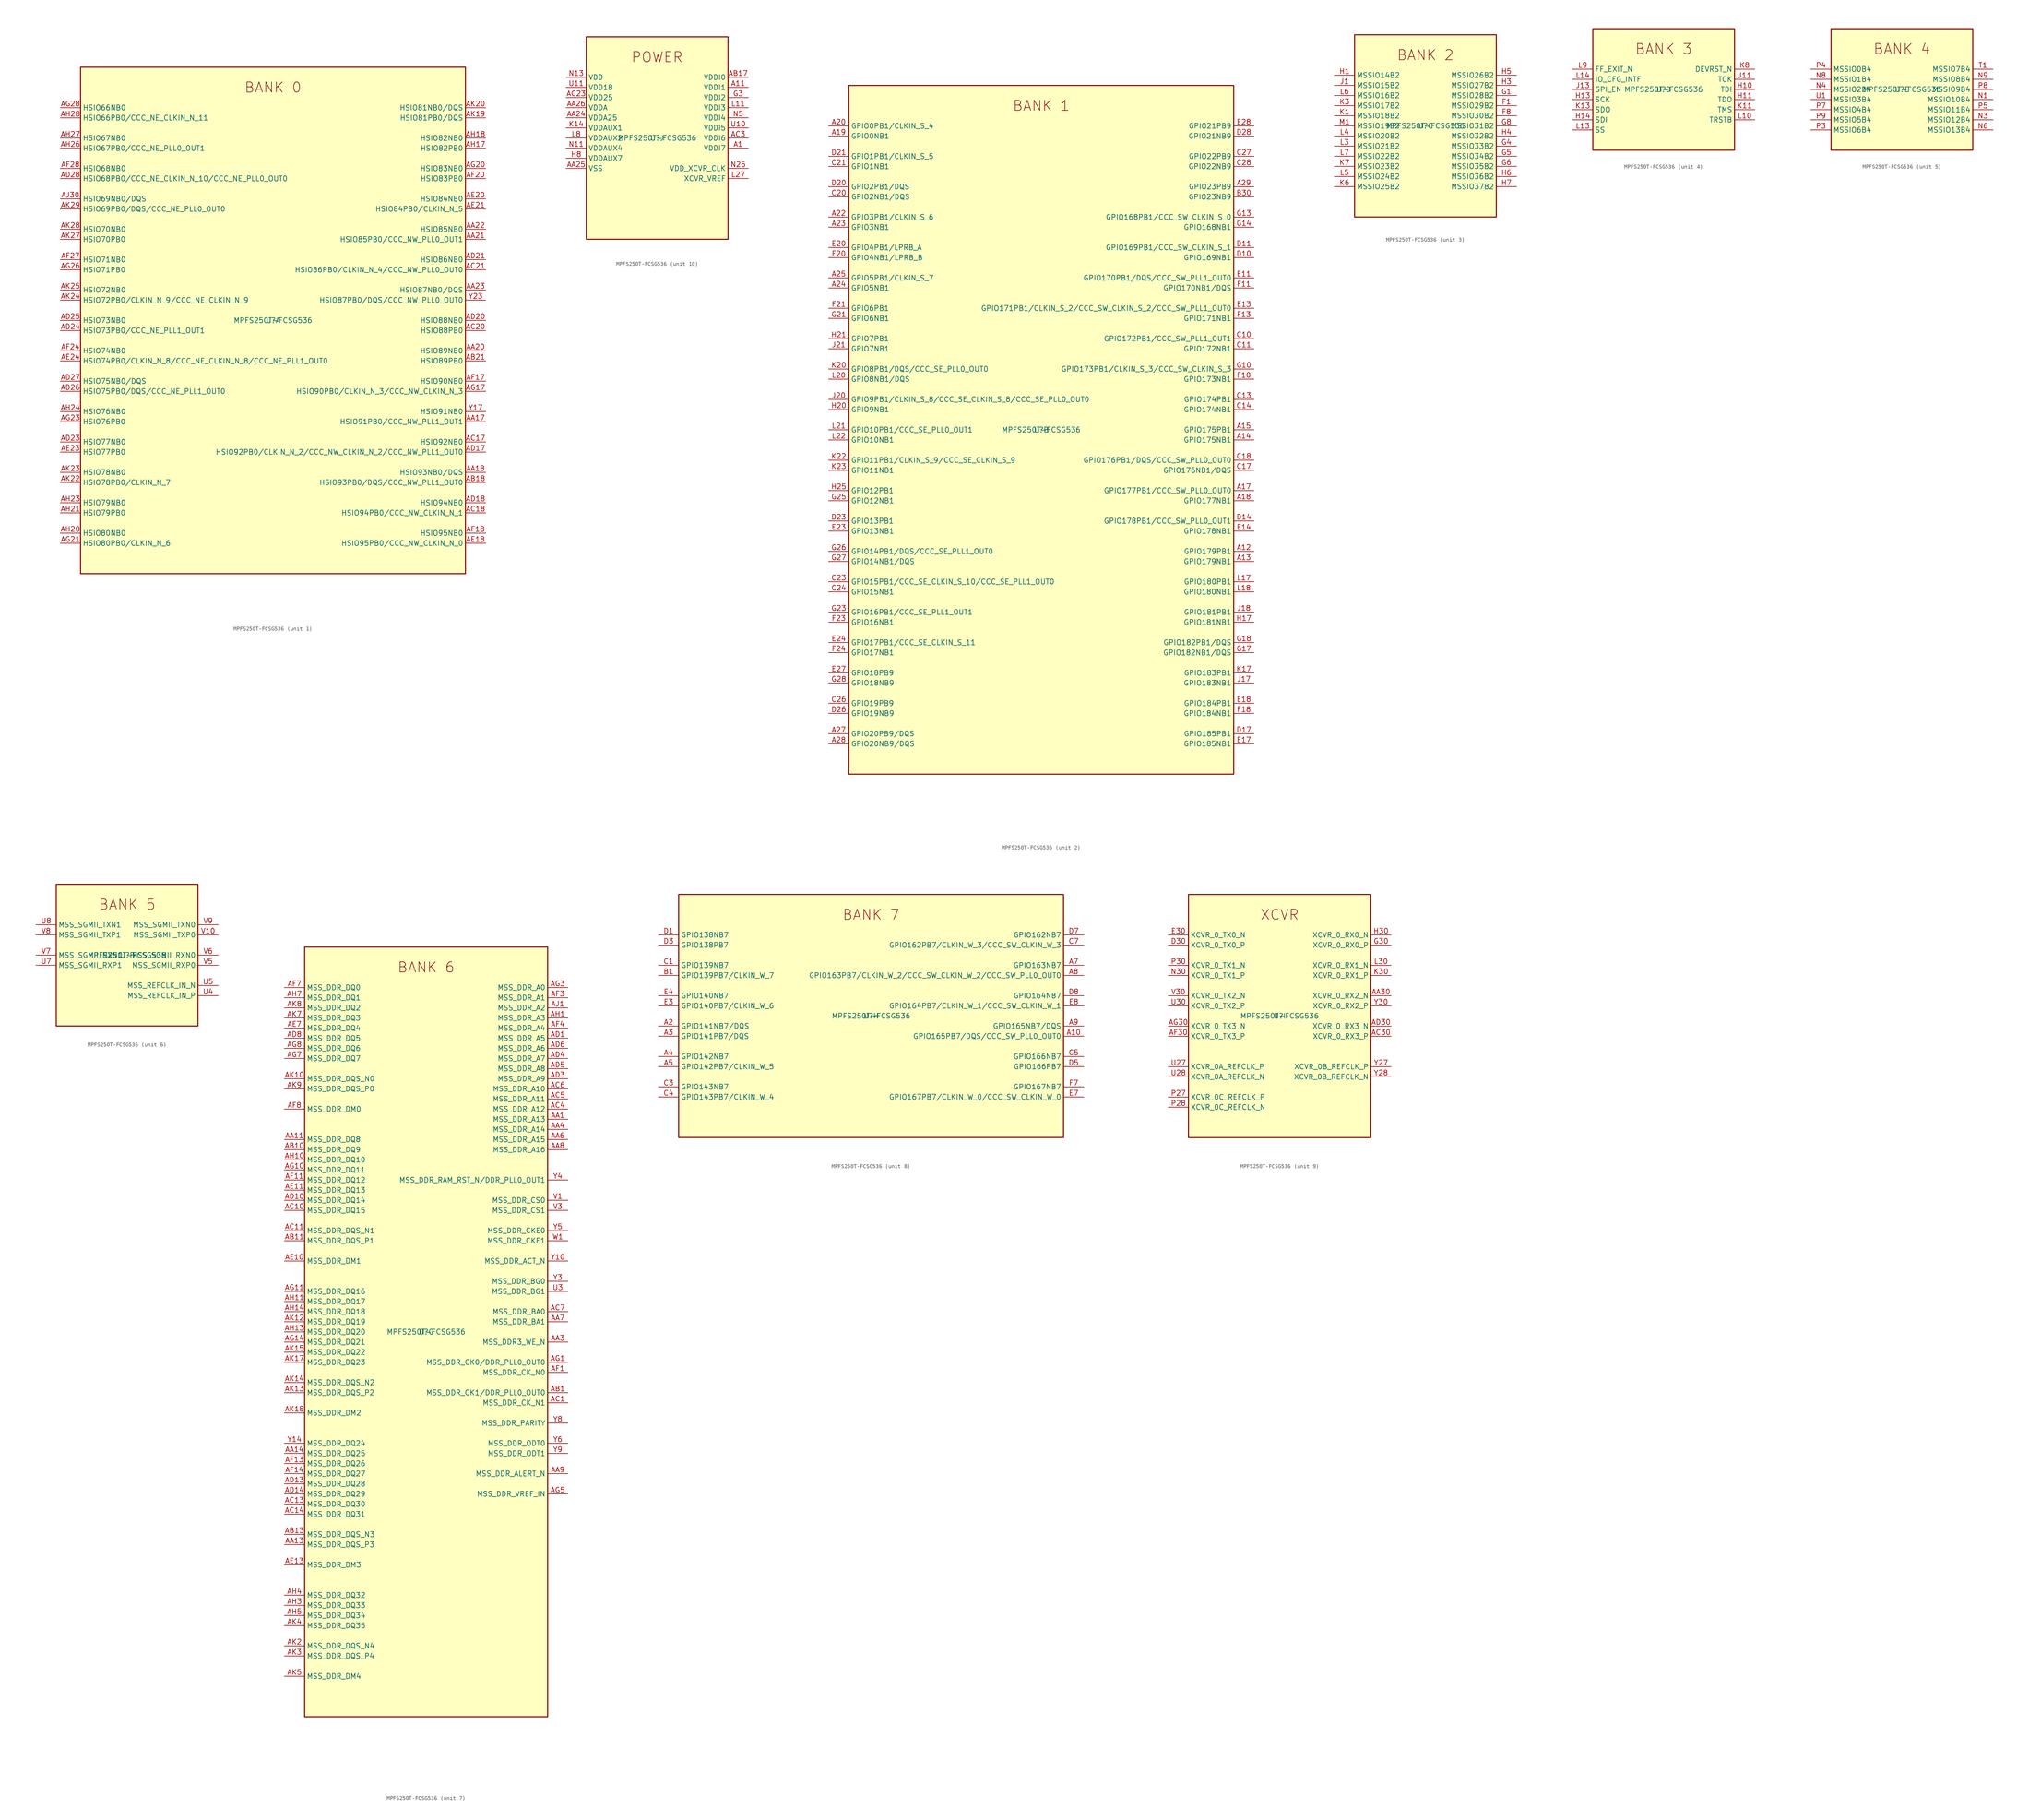
<source format=kicad_sym>
(kicad_symbol_lib
  (version 20211014)
  (generator kicad-library-utils)
  (symbol "MPFS250T-FCSG536"
    (property "Reference" "U"
      (at 0.0 0.0 0.0)
      (effects (font (size 1.27 1.27))))
    (property "Value" "MPFS250T-FCSG536"
      (at 0.0 0.0 0.0)
      (effects (font (size 1.27 1.27))))
    (property "ki_fp_filters" "Package?BGA:FCSG536?16x16mm?Layout30x30?P0.5mm*"
      (at 0.0 0.0 0.0)
      (effects (font (size 1.27 1.27))))
    (symbol "MPFS250T-FCSG536_1_1"
      (text "BANK 0" (at 0.0 58.42 0) (effects (font (size 2.54 2.54))))
      (rectangle (start -48.26 -63.5) (end 48.26 63.5) (stroke (width 0.254)) (fill (type background)))
      (pin bidirectional line (at -53.34 53.34 0) (length 5.08) (name "HSIO66NB0" (effects (font (size 1.27 1.27)))) (number "AG28" (effects (font (size 1.27 1.27)))))
      (pin bidirectional line (at -53.34 50.8 0) (length 5.08) (name "HSIO66PB0/CCC_NE_CLKIN_N_11" (effects (font (size 1.27 1.27)))) (number "AH28" (effects (font (size 1.27 1.27)))))
      (pin bidirectional line (at -53.34 45.72 0) (length 5.08) (name "HSIO67NB0" (effects (font (size 1.27 1.27)))) (number "AH27" (effects (font (size 1.27 1.27)))))
      (pin bidirectional line (at -53.34 43.18 0) (length 5.08) (name "HSIO67PB0/CCC_NE_PLL0_OUT1" (effects (font (size 1.27 1.27)))) (number "AH26" (effects (font (size 1.27 1.27)))))
      (pin bidirectional line (at -53.34 38.1 0) (length 5.08) (name "HSIO68NB0" (effects (font (size 1.27 1.27)))) (number "AF28" (effects (font (size 1.27 1.27)))))
      (pin bidirectional line (at -53.34 35.56 0) (length 5.08) (name "HSIO68PB0/CCC_NE_CLKIN_N_10/CCC_NE_PLL0_OUT0" (effects (font (size 1.27 1.27)))) (number "AD28" (effects (font (size 1.27 1.27)))))
      (pin bidirectional line (at -53.34 30.48 0) (length 5.08) (name "HSIO69NB0/DQS" (effects (font (size 1.27 1.27)))) (number "AJ30" (effects (font (size 1.27 1.27)))))
      (pin bidirectional line (at -53.34 27.94 0) (length 5.08) (name "HSIO69PB0/DQS/CCC_NE_PLL0_OUT0" (effects (font (size 1.27 1.27)))) (number "AK29" (effects (font (size 1.27 1.27)))))
      (pin bidirectional line (at -53.34 22.86 0) (length 5.08) (name "HSIO70NB0" (effects (font (size 1.27 1.27)))) (number "AK28" (effects (font (size 1.27 1.27)))))
      (pin bidirectional line (at -53.34 20.32 0) (length 5.08) (name "HSIO70PB0" (effects (font (size 1.27 1.27)))) (number "AK27" (effects (font (size 1.27 1.27)))))
      (pin bidirectional line (at -53.34 15.24 0) (length 5.08) (name "HSIO71NB0" (effects (font (size 1.27 1.27)))) (number "AF27" (effects (font (size 1.27 1.27)))))
      (pin bidirectional line (at -53.34 12.7 0) (length 5.08) (name "HSIO71PB0" (effects (font (size 1.27 1.27)))) (number "AG26" (effects (font (size 1.27 1.27)))))
      (pin bidirectional line (at -53.34 7.62 0) (length 5.08) (name "HSIO72NB0" (effects (font (size 1.27 1.27)))) (number "AK25" (effects (font (size 1.27 1.27)))))
      (pin bidirectional line (at -53.34 5.08 0) (length 5.08) (name "HSIO72PB0/CLKIN_N_9/CCC_NE_CLKIN_N_9" (effects (font (size 1.27 1.27)))) (number "AK24" (effects (font (size 1.27 1.27)))))
      (pin bidirectional line (at -53.34 0.0 0) (length 5.08) (name "HSIO73NB0" (effects (font (size 1.27 1.27)))) (number "AD25" (effects (font (size 1.27 1.27)))))
      (pin bidirectional line (at -53.34 -2.54 0) (length 5.08) (name "HSIO73PB0/CCC_NE_PLL1_OUT1" (effects (font (size 1.27 1.27)))) (number "AD24" (effects (font (size 1.27 1.27)))))
      (pin bidirectional line (at -53.34 -7.62 0) (length 5.08) (name "HSIO74NB0" (effects (font (size 1.27 1.27)))) (number "AF24" (effects (font (size 1.27 1.27)))))
      (pin bidirectional line (at -53.34 -10.16 0) (length 5.08) (name "HSIO74PB0/CLKIN_N_8/CCC_NE_CLKIN_N_8/CCC_NE_PLL1_OUT0" (effects (font (size 1.27 1.27)))) (number "AE24" (effects (font (size 1.27 1.27)))))
      (pin bidirectional line (at -53.34 -15.24 0) (length 5.08) (name "HSIO75NB0/DQS" (effects (font (size 1.27 1.27)))) (number "AD27" (effects (font (size 1.27 1.27)))))
      (pin bidirectional line (at -53.34 -17.78 0) (length 5.08) (name "HSIO75PB0/DQS/CCC_NE_PLL1_OUT0" (effects (font (size 1.27 1.27)))) (number "AD26" (effects (font (size 1.27 1.27)))))
      (pin bidirectional line (at -53.34 -22.86 0) (length 5.08) (name "HSIO76NB0" (effects (font (size 1.27 1.27)))) (number "AH24" (effects (font (size 1.27 1.27)))))
      (pin bidirectional line (at -53.34 -25.4 0) (length 5.08) (name "HSIO76PB0" (effects (font (size 1.27 1.27)))) (number "AG23" (effects (font (size 1.27 1.27)))))
      (pin bidirectional line (at -53.34 -30.48 0) (length 5.08) (name "HSIO77NB0" (effects (font (size 1.27 1.27)))) (number "AD23" (effects (font (size 1.27 1.27)))))
      (pin bidirectional line (at -53.34 -33.02 0) (length 5.08) (name "HSIO77PB0" (effects (font (size 1.27 1.27)))) (number "AE23" (effects (font (size 1.27 1.27)))))
      (pin bidirectional line (at -53.34 -38.1 0) (length 5.08) (name "HSIO78NB0" (effects (font (size 1.27 1.27)))) (number "AK23" (effects (font (size 1.27 1.27)))))
      (pin bidirectional line (at -53.34 -40.64 0) (length 5.08) (name "HSIO78PB0/CLKIN_N_7" (effects (font (size 1.27 1.27)))) (number "AK22" (effects (font (size 1.27 1.27)))))
      (pin bidirectional line (at -53.34 -45.72 0) (length 5.08) (name "HSIO79NB0" (effects (font (size 1.27 1.27)))) (number "AH23" (effects (font (size 1.27 1.27)))))
      (pin bidirectional line (at -53.34 -48.26 0) (length 5.08) (name "HSIO79PB0" (effects (font (size 1.27 1.27)))) (number "AH21" (effects (font (size 1.27 1.27)))))
      (pin bidirectional line (at -53.34 -53.34 0) (length 5.08) (name "HSIO80NB0" (effects (font (size 1.27 1.27)))) (number "AH20" (effects (font (size 1.27 1.27)))))
      (pin bidirectional line (at -53.34 -55.88 0) (length 5.08) (name "HSIO80PB0/CLKIN_N_6" (effects (font (size 1.27 1.27)))) (number "AG21" (effects (font (size 1.27 1.27)))))
      (pin bidirectional line (at 53.34 53.34 180) (length 5.08) (name "HSIO81NB0/DQS" (effects (font (size 1.27 1.27)))) (number "AK20" (effects (font (size 1.27 1.27)))))
      (pin bidirectional line (at 53.34 50.8 180) (length 5.08) (name "HSIO81PB0/DQS" (effects (font (size 1.27 1.27)))) (number "AK19" (effects (font (size 1.27 1.27)))))
      (pin bidirectional line (at 53.34 45.72 180) (length 5.08) (name "HSIO82NB0" (effects (font (size 1.27 1.27)))) (number "AH18" (effects (font (size 1.27 1.27)))))
      (pin bidirectional line (at 53.34 43.18 180) (length 5.08) (name "HSIO82PB0" (effects (font (size 1.27 1.27)))) (number "AH17" (effects (font (size 1.27 1.27)))))
      (pin bidirectional line (at 53.34 38.1 180) (length 5.08) (name "HSIO83NB0" (effects (font (size 1.27 1.27)))) (number "AG20" (effects (font (size 1.27 1.27)))))
      (pin bidirectional line (at 53.34 35.56 180) (length 5.08) (name "HSIO83PB0" (effects (font (size 1.27 1.27)))) (number "AF20" (effects (font (size 1.27 1.27)))))
      (pin bidirectional line (at 53.34 30.48 180) (length 5.08) (name "HSIO84NB0" (effects (font (size 1.27 1.27)))) (number "AE20" (effects (font (size 1.27 1.27)))))
      (pin bidirectional line (at 53.34 27.94 180) (length 5.08) (name "HSIO84PB0/CLKIN_N_5" (effects (font (size 1.27 1.27)))) (number "AE21" (effects (font (size 1.27 1.27)))))
      (pin bidirectional line (at 53.34 22.86 180) (length 5.08) (name "HSIO85NB0" (effects (font (size 1.27 1.27)))) (number "AA22" (effects (font (size 1.27 1.27)))))
      (pin bidirectional line (at 53.34 20.32 180) (length 5.08) (name "HSIO85PB0/CCC_NW_PLL0_OUT1" (effects (font (size 1.27 1.27)))) (number "AA21" (effects (font (size 1.27 1.27)))))
      (pin bidirectional line (at 53.34 15.24 180) (length 5.08) (name "HSIO86NB0" (effects (font (size 1.27 1.27)))) (number "AD21" (effects (font (size 1.27 1.27)))))
      (pin bidirectional line (at 53.34 12.7 180) (length 5.08) (name "HSIO86PB0/CLKIN_N_4/CCC_NW_PLL0_OUT0" (effects (font (size 1.27 1.27)))) (number "AC21" (effects (font (size 1.27 1.27)))))
      (pin bidirectional line (at 53.34 7.62 180) (length 5.08) (name "HSIO87NB0/DQS" (effects (font (size 1.27 1.27)))) (number "AA23" (effects (font (size 1.27 1.27)))))
      (pin bidirectional line (at 53.34 5.08 180) (length 5.08) (name "HSIO87PB0/DQS/CCC_NW_PLL0_OUT0" (effects (font (size 1.27 1.27)))) (number "Y23" (effects (font (size 1.27 1.27)))))
      (pin bidirectional line (at 53.34 0.0 180) (length 5.08) (name "HSIO88NB0" (effects (font (size 1.27 1.27)))) (number "AD20" (effects (font (size 1.27 1.27)))))
      (pin bidirectional line (at 53.34 -2.54 180) (length 5.08) (name "HSIO88PB0" (effects (font (size 1.27 1.27)))) (number "AC20" (effects (font (size 1.27 1.27)))))
      (pin bidirectional line (at 53.34 -7.62 180) (length 5.08) (name "HSIO89NB0" (effects (font (size 1.27 1.27)))) (number "AA20" (effects (font (size 1.27 1.27)))))
      (pin bidirectional line (at 53.34 -10.16 180) (length 5.08) (name "HSIO89PB0" (effects (font (size 1.27 1.27)))) (number "AB21" (effects (font (size 1.27 1.27)))))
      (pin bidirectional line (at 53.34 -15.24 180) (length 5.08) (name "HSIO90NB0" (effects (font (size 1.27 1.27)))) (number "AF17" (effects (font (size 1.27 1.27)))))
      (pin bidirectional line (at 53.34 -17.78 180) (length 5.08) (name "HSIO90PB0/CLKIN_N_3/CCC_NW_CLKIN_N_3" (effects (font (size 1.27 1.27)))) (number "AG17" (effects (font (size 1.27 1.27)))))
      (pin bidirectional line (at 53.34 -22.86 180) (length 5.08) (name "HSIO91NB0" (effects (font (size 1.27 1.27)))) (number "Y17" (effects (font (size 1.27 1.27)))))
      (pin bidirectional line (at 53.34 -25.4 180) (length 5.08) (name "HSIO91PB0/CCC_NW_PLL1_OUT1" (effects (font (size 1.27 1.27)))) (number "AA17" (effects (font (size 1.27 1.27)))))
      (pin bidirectional line (at 53.34 -30.48 180) (length 5.08) (name "HSIO92NB0" (effects (font (size 1.27 1.27)))) (number "AC17" (effects (font (size 1.27 1.27)))))
      (pin bidirectional line (at 53.34 -33.02 180) (length 5.08) (name "HSIO92PB0/CLKIN_N_2/CCC_NW_CLKIN_N_2/CCC_NW_PLL1_OUT0" (effects (font (size 1.27 1.27)))) (number "AD17" (effects (font (size 1.27 1.27)))))
      (pin bidirectional line (at 53.34 -38.1 180) (length 5.08) (name "HSIO93NB0/DQS" (effects (font (size 1.27 1.27)))) (number "AA18" (effects (font (size 1.27 1.27)))))
      (pin bidirectional line (at 53.34 -40.64 180) (length 5.08) (name "HSIO93PB0/DQS/CCC_NW_PLL1_OUT0" (effects (font (size 1.27 1.27)))) (number "AB18" (effects (font (size 1.27 1.27)))))
      (pin bidirectional line (at 53.34 -45.72 180) (length 5.08) (name "HSIO94NB0" (effects (font (size 1.27 1.27)))) (number "AD18" (effects (font (size 1.27 1.27)))))
      (pin bidirectional line (at 53.34 -48.26 180) (length 5.08) (name "HSIO94PB0/CCC_NW_CLKIN_N_1" (effects (font (size 1.27 1.27)))) (number "AC18" (effects (font (size 1.27 1.27)))))
      (pin bidirectional line (at 53.34 -53.34 180) (length 5.08) (name "HSIO95NB0" (effects (font (size 1.27 1.27)))) (number "AF18" (effects (font (size 1.27 1.27)))))
      (pin bidirectional line (at 53.34 -55.88 180) (length 5.08) (name "HSIO95PB0/CCC_NW_CLKIN_N_0" (effects (font (size 1.27 1.27)))) (number "AE18" (effects (font (size 1.27 1.27))))))
    (symbol "MPFS250T-FCSG536_2_1"
      (text "BANK 1" (at 0.0 81.28 0) (effects (font (size 2.54 2.54))))
      (rectangle (start -48.26 -86.36) (end 48.26 86.36) (stroke (width 0.254)) (fill (type background)))
      (pin bidirectional line (at -53.34 76.2 0) (length 5.08) (name "GPIO0PB1/CLKIN_S_4" (effects (font (size 1.27 1.27)))) (number "A20" (effects (font (size 1.27 1.27)))))
      (pin bidirectional line (at -53.34 73.66 0) (length 5.08) (name "GPIO0NB1" (effects (font (size 1.27 1.27)))) (number "A19" (effects (font (size 1.27 1.27)))))
      (pin bidirectional line (at -53.34 68.58 0) (length 5.08) (name "GPIO1PB1/CLKIN_S_5" (effects (font (size 1.27 1.27)))) (number "D21" (effects (font (size 1.27 1.27)))))
      (pin bidirectional line (at -53.34 66.04 0) (length 5.08) (name "GPIO1NB1" (effects (font (size 1.27 1.27)))) (number "C21" (effects (font (size 1.27 1.27)))))
      (pin bidirectional line (at -53.34 60.96 0) (length 5.08) (name "GPIO2PB1/DQS" (effects (font (size 1.27 1.27)))) (number "D20" (effects (font (size 1.27 1.27)))))
      (pin bidirectional line (at -53.34 58.42 0) (length 5.08) (name "GPIO2NB1/DQS" (effects (font (size 1.27 1.27)))) (number "C20" (effects (font (size 1.27 1.27)))))
      (pin bidirectional line (at -53.34 53.34 0) (length 5.08) (name "GPIO3PB1/CLKIN_S_6" (effects (font (size 1.27 1.27)))) (number "A22" (effects (font (size 1.27 1.27)))))
      (pin bidirectional line (at -53.34 50.8 0) (length 5.08) (name "GPIO3NB1" (effects (font (size 1.27 1.27)))) (number "A23" (effects (font (size 1.27 1.27)))))
      (pin bidirectional line (at -53.34 45.72 0) (length 5.08) (name "GPIO4PB1/LPRB_A" (effects (font (size 1.27 1.27)))) (number "E20" (effects (font (size 1.27 1.27)))))
      (pin bidirectional line (at -53.34 43.18 0) (length 5.08) (name "GPIO4NB1/LPRB_B" (effects (font (size 1.27 1.27)))) (number "F20" (effects (font (size 1.27 1.27)))))
      (pin bidirectional line (at -53.34 38.1 0) (length 5.08) (name "GPIO5PB1/CLKIN_S_7" (effects (font (size 1.27 1.27)))) (number "A25" (effects (font (size 1.27 1.27)))))
      (pin bidirectional line (at -53.34 35.56 0) (length 5.08) (name "GPIO5NB1" (effects (font (size 1.27 1.27)))) (number "A24" (effects (font (size 1.27 1.27)))))
      (pin bidirectional line (at -53.34 30.48 0) (length 5.08) (name "GPIO6PB1" (effects (font (size 1.27 1.27)))) (number "F21" (effects (font (size 1.27 1.27)))))
      (pin bidirectional line (at -53.34 27.94 0) (length 5.08) (name "GPIO6NB1" (effects (font (size 1.27 1.27)))) (number "G21" (effects (font (size 1.27 1.27)))))
      (pin bidirectional line (at -53.34 22.86 0) (length 5.08) (name "GPIO7PB1" (effects (font (size 1.27 1.27)))) (number "H21" (effects (font (size 1.27 1.27)))))
      (pin bidirectional line (at -53.34 20.32 0) (length 5.08) (name "GPIO7NB1" (effects (font (size 1.27 1.27)))) (number "J21" (effects (font (size 1.27 1.27)))))
      (pin bidirectional line (at -53.34 15.24 0) (length 5.08) (name "GPIO8PB1/DQS/CCC_SE_PLL0_OUT0" (effects (font (size 1.27 1.27)))) (number "K20" (effects (font (size 1.27 1.27)))))
      (pin bidirectional line (at -53.34 12.7 0) (length 5.08) (name "GPIO8NB1/DQS" (effects (font (size 1.27 1.27)))) (number "L20" (effects (font (size 1.27 1.27)))))
      (pin bidirectional line (at -53.34 7.62 0) (length 5.08) (name "GPIO9PB1/CLKIN_S_8/CCC_SE_CLKIN_S_8/CCC_SE_PLL0_OUT0" (effects (font (size 1.27 1.27)))) (number "J20" (effects (font (size 1.27 1.27)))))
      (pin bidirectional line (at -53.34 5.08 0) (length 5.08) (name "GPIO9NB1" (effects (font (size 1.27 1.27)))) (number "H20" (effects (font (size 1.27 1.27)))))
      (pin bidirectional line (at -53.34 0.0 0) (length 5.08) (name "GPIO10PB1/CCC_SE_PLL0_OUT1" (effects (font (size 1.27 1.27)))) (number "L21" (effects (font (size 1.27 1.27)))))
      (pin bidirectional line (at -53.34 -2.54 0) (length 5.08) (name "GPIO10NB1" (effects (font (size 1.27 1.27)))) (number "L22" (effects (font (size 1.27 1.27)))))
      (pin bidirectional line (at -53.34 -7.62 0) (length 5.08) (name "GPIO11PB1/CLKIN_S_9/CCC_SE_CLKIN_S_9" (effects (font (size 1.27 1.27)))) (number "K22" (effects (font (size 1.27 1.27)))))
      (pin bidirectional line (at -53.34 -10.16 0) (length 5.08) (name "GPIO11NB1" (effects (font (size 1.27 1.27)))) (number "K23" (effects (font (size 1.27 1.27)))))
      (pin bidirectional line (at -53.34 -15.24 0) (length 5.08) (name "GPIO12PB1" (effects (font (size 1.27 1.27)))) (number "H25" (effects (font (size 1.27 1.27)))))
      (pin bidirectional line (at -53.34 -17.78 0) (length 5.08) (name "GPIO12NB1" (effects (font (size 1.27 1.27)))) (number "G25" (effects (font (size 1.27 1.27)))))
      (pin bidirectional line (at -53.34 -22.86 0) (length 5.08) (name "GPIO13PB1" (effects (font (size 1.27 1.27)))) (number "D23" (effects (font (size 1.27 1.27)))))
      (pin bidirectional line (at -53.34 -25.4 0) (length 5.08) (name "GPIO13NB1" (effects (font (size 1.27 1.27)))) (number "E23" (effects (font (size 1.27 1.27)))))
      (pin bidirectional line (at -53.34 -30.48 0) (length 5.08) (name "GPIO14PB1/DQS/CCC_SE_PLL1_OUT0" (effects (font (size 1.27 1.27)))) (number "G26" (effects (font (size 1.27 1.27)))))
      (pin bidirectional line (at -53.34 -33.02 0) (length 5.08) (name "GPIO14NB1/DQS" (effects (font (size 1.27 1.27)))) (number "G27" (effects (font (size 1.27 1.27)))))
      (pin bidirectional line (at -53.34 -38.1 0) (length 5.08) (name "GPIO15PB1/CCC_SE_CLKIN_S_10/CCC_SE_PLL1_OUT0" (effects (font (size 1.27 1.27)))) (number "C23" (effects (font (size 1.27 1.27)))))
      (pin bidirectional line (at -53.34 -40.64 0) (length 5.08) (name "GPIO15NB1" (effects (font (size 1.27 1.27)))) (number "C24" (effects (font (size 1.27 1.27)))))
      (pin bidirectional line (at -53.34 -45.72 0) (length 5.08) (name "GPIO16PB1/CCC_SE_PLL1_OUT1" (effects (font (size 1.27 1.27)))) (number "G23" (effects (font (size 1.27 1.27)))))
      (pin bidirectional line (at -53.34 -48.26 0) (length 5.08) (name "GPIO16NB1" (effects (font (size 1.27 1.27)))) (number "F23" (effects (font (size 1.27 1.27)))))
      (pin bidirectional line (at -53.34 -53.34 0) (length 5.08) (name "GPIO17PB1/CCC_SE_CLKIN_S_11" (effects (font (size 1.27 1.27)))) (number "E24" (effects (font (size 1.27 1.27)))))
      (pin bidirectional line (at -53.34 -55.88 0) (length 5.08) (name "GPIO17NB1" (effects (font (size 1.27 1.27)))) (number "F24" (effects (font (size 1.27 1.27)))))
      (pin bidirectional line (at -53.34 -60.96 0) (length 5.08) (name "GPIO18PB9" (effects (font (size 1.27 1.27)))) (number "E27" (effects (font (size 1.27 1.27)))))
      (pin bidirectional line (at -53.34 -63.5 0) (length 5.08) (name "GPIO18NB9" (effects (font (size 1.27 1.27)))) (number "G28" (effects (font (size 1.27 1.27)))))
      (pin bidirectional line (at -53.34 -68.58 0) (length 5.08) (name "GPIO19PB9" (effects (font (size 1.27 1.27)))) (number "C26" (effects (font (size 1.27 1.27)))))
      (pin bidirectional line (at -53.34 -71.12 0) (length 5.08) (name "GPIO19NB9" (effects (font (size 1.27 1.27)))) (number "D26" (effects (font (size 1.27 1.27)))))
      (pin bidirectional line (at -53.34 -76.2 0) (length 5.08) (name "GPIO20PB9/DQS" (effects (font (size 1.27 1.27)))) (number "A27" (effects (font (size 1.27 1.27)))))
      (pin bidirectional line (at -53.34 -78.74 0) (length 5.08) (name "GPIO20NB9/DQS" (effects (font (size 1.27 1.27)))) (number "A28" (effects (font (size 1.27 1.27)))))
      (pin bidirectional line (at 53.34 76.2 180) (length 5.08) (name "GPIO21PB9" (effects (font (size 1.27 1.27)))) (number "E28" (effects (font (size 1.27 1.27)))))
      (pin bidirectional line (at 53.34 73.66 180) (length 5.08) (name "GPIO21NB9" (effects (font (size 1.27 1.27)))) (number "D28" (effects (font (size 1.27 1.27)))))
      (pin bidirectional line (at 53.34 68.58 180) (length 5.08) (name "GPIO22PB9" (effects (font (size 1.27 1.27)))) (number "C27" (effects (font (size 1.27 1.27)))))
      (pin bidirectional line (at 53.34 66.04 180) (length 5.08) (name "GPIO22NB9" (effects (font (size 1.27 1.27)))) (number "C28" (effects (font (size 1.27 1.27)))))
      (pin bidirectional line (at 53.34 60.96 180) (length 5.08) (name "GPIO23PB9" (effects (font (size 1.27 1.27)))) (number "A29" (effects (font (size 1.27 1.27)))))
      (pin bidirectional line (at 53.34 58.42 180) (length 5.08) (name "GPIO23NB9" (effects (font (size 1.27 1.27)))) (number "B30" (effects (font (size 1.27 1.27)))))
      (pin bidirectional line (at 53.34 53.34 180) (length 5.08) (name "GPIO168PB1/CCC_SW_CLKIN_S_0" (effects (font (size 1.27 1.27)))) (number "G13" (effects (font (size 1.27 1.27)))))
      (pin bidirectional line (at 53.34 50.8 180) (length 5.08) (name "GPIO168NB1" (effects (font (size 1.27 1.27)))) (number "G14" (effects (font (size 1.27 1.27)))))
      (pin bidirectional line (at 53.34 45.72 180) (length 5.08) (name "GPIO169PB1/CCC_SW_CLKIN_S_1" (effects (font (size 1.27 1.27)))) (number "D11" (effects (font (size 1.27 1.27)))))
      (pin bidirectional line (at 53.34 43.18 180) (length 5.08) (name "GPIO169NB1" (effects (font (size 1.27 1.27)))) (number "D10" (effects (font (size 1.27 1.27)))))
      (pin bidirectional line (at 53.34 38.1 180) (length 5.08) (name "GPIO170PB1/DQS/CCC_SW_PLL1_OUT0" (effects (font (size 1.27 1.27)))) (number "E11" (effects (font (size 1.27 1.27)))))
      (pin bidirectional line (at 53.34 35.56 180) (length 5.08) (name "GPIO170NB1/DQS" (effects (font (size 1.27 1.27)))) (number "F11" (effects (font (size 1.27 1.27)))))
      (pin bidirectional line (at 53.34 30.48 180) (length 5.08) (name "GPIO171PB1/CLKIN_S_2/CCC_SW_CLKIN_S_2/CCC_SW_PLL1_OUT0" (effects (font (size 1.27 1.27)))) (number "E13" (effects (font (size 1.27 1.27)))))
      (pin bidirectional line (at 53.34 27.94 180) (length 5.08) (name "GPIO171NB1" (effects (font (size 1.27 1.27)))) (number "F13" (effects (font (size 1.27 1.27)))))
      (pin bidirectional line (at 53.34 22.86 180) (length 5.08) (name "GPIO172PB1/CCC_SW_PLL1_OUT1" (effects (font (size 1.27 1.27)))) (number "C10" (effects (font (size 1.27 1.27)))))
      (pin bidirectional line (at 53.34 20.32 180) (length 5.08) (name "GPIO172NB1" (effects (font (size 1.27 1.27)))) (number "C11" (effects (font (size 1.27 1.27)))))
      (pin bidirectional line (at 53.34 15.24 180) (length 5.08) (name "GPIO173PB1/CLKIN_S_3/CCC_SW_CLKIN_S_3" (effects (font (size 1.27 1.27)))) (number "G10" (effects (font (size 1.27 1.27)))))
      (pin bidirectional line (at 53.34 12.7 180) (length 5.08) (name "GPIO173NB1" (effects (font (size 1.27 1.27)))) (number "F10" (effects (font (size 1.27 1.27)))))
      (pin bidirectional line (at 53.34 7.62 180) (length 5.08) (name "GPIO174PB1" (effects (font (size 1.27 1.27)))) (number "C13" (effects (font (size 1.27 1.27)))))
      (pin bidirectional line (at 53.34 5.08 180) (length 5.08) (name "GPIO174NB1" (effects (font (size 1.27 1.27)))) (number "C14" (effects (font (size 1.27 1.27)))))
      (pin bidirectional line (at 53.34 0.0 180) (length 5.08) (name "GPIO175PB1" (effects (font (size 1.27 1.27)))) (number "A15" (effects (font (size 1.27 1.27)))))
      (pin bidirectional line (at 53.34 -2.54 180) (length 5.08) (name "GPIO175NB1" (effects (font (size 1.27 1.27)))) (number "A14" (effects (font (size 1.27 1.27)))))
      (pin bidirectional line (at 53.34 -7.62 180) (length 5.08) (name "GPIO176PB1/DQS/CCC_SW_PLL0_OUT0" (effects (font (size 1.27 1.27)))) (number "C18" (effects (font (size 1.27 1.27)))))
      (pin bidirectional line (at 53.34 -10.16 180) (length 5.08) (name "GPIO176NB1/DQS" (effects (font (size 1.27 1.27)))) (number "C17" (effects (font (size 1.27 1.27)))))
      (pin bidirectional line (at 53.34 -15.24 180) (length 5.08) (name "GPIO177PB1/CCC_SW_PLL0_OUT0" (effects (font (size 1.27 1.27)))) (number "A17" (effects (font (size 1.27 1.27)))))
      (pin bidirectional line (at 53.34 -17.78 180) (length 5.08) (name "GPIO177NB1" (effects (font (size 1.27 1.27)))) (number "A18" (effects (font (size 1.27 1.27)))))
      (pin bidirectional line (at 53.34 -22.86 180) (length 5.08) (name "GPIO178PB1/CCC_SW_PLL0_OUT1" (effects (font (size 1.27 1.27)))) (number "D14" (effects (font (size 1.27 1.27)))))
      (pin bidirectional line (at 53.34 -25.4 180) (length 5.08) (name "GPIO178NB1" (effects (font (size 1.27 1.27)))) (number "E14" (effects (font (size 1.27 1.27)))))
      (pin bidirectional line (at 53.34 -30.48 180) (length 5.08) (name "GPIO179PB1" (effects (font (size 1.27 1.27)))) (number "A12" (effects (font (size 1.27 1.27)))))
      (pin bidirectional line (at 53.34 -33.02 180) (length 5.08) (name "GPIO179NB1" (effects (font (size 1.27 1.27)))) (number "A13" (effects (font (size 1.27 1.27)))))
      (pin bidirectional line (at 53.34 -38.1 180) (length 5.08) (name "GPIO180PB1" (effects (font (size 1.27 1.27)))) (number "L17" (effects (font (size 1.27 1.27)))))
      (pin bidirectional line (at 53.34 -40.64 180) (length 5.08) (name "GPIO180NB1" (effects (font (size 1.27 1.27)))) (number "L18" (effects (font (size 1.27 1.27)))))
      (pin bidirectional line (at 53.34 -45.72 180) (length 5.08) (name "GPIO181PB1" (effects (font (size 1.27 1.27)))) (number "J18" (effects (font (size 1.27 1.27)))))
      (pin bidirectional line (at 53.34 -48.26 180) (length 5.08) (name "GPIO181NB1" (effects (font (size 1.27 1.27)))) (number "H17" (effects (font (size 1.27 1.27)))))
      (pin bidirectional line (at 53.34 -53.34 180) (length 5.08) (name "GPIO182PB1/DQS" (effects (font (size 1.27 1.27)))) (number "G18" (effects (font (size 1.27 1.27)))))
      (pin bidirectional line (at 53.34 -55.88 180) (length 5.08) (name "GPIO182NB1/DQS" (effects (font (size 1.27 1.27)))) (number "G17" (effects (font (size 1.27 1.27)))))
      (pin bidirectional line (at 53.34 -60.96 180) (length 5.08) (name "GPIO183PB1" (effects (font (size 1.27 1.27)))) (number "K17" (effects (font (size 1.27 1.27)))))
      (pin bidirectional line (at 53.34 -63.5 180) (length 5.08) (name "GPIO183NB1" (effects (font (size 1.27 1.27)))) (number "J17" (effects (font (size 1.27 1.27)))))
      (pin bidirectional line (at 53.34 -68.58 180) (length 5.08) (name "GPIO184PB1" (effects (font (size 1.27 1.27)))) (number "E18" (effects (font (size 1.27 1.27)))))
      (pin bidirectional line (at 53.34 -71.12 180) (length 5.08) (name "GPIO184NB1" (effects (font (size 1.27 1.27)))) (number "F18" (effects (font (size 1.27 1.27)))))
      (pin bidirectional line (at 53.34 -76.2 180) (length 5.08) (name "GPIO185PB1" (effects (font (size 1.27 1.27)))) (number "D17" (effects (font (size 1.27 1.27)))))
      (pin bidirectional line (at 53.34 -78.74 180) (length 5.08) (name "GPIO185NB1" (effects (font (size 1.27 1.27)))) (number "E17" (effects (font (size 1.27 1.27))))))
    (symbol "MPFS250T-FCSG536_3_1"
      (text "BANK 2" (at 0.0 17.78 0) (effects (font (size 2.54 2.54))))
      (rectangle (start -17.78 -22.86) (end 17.78 22.86) (stroke (width 0.254)) (fill (type background)))
      (pin bidirectional line (at -22.86 12.7 0) (length 5.08) (name "MSSIO14B2" (effects (font (size 1.27 1.27)))) (number "H1" (effects (font (size 1.27 1.27)))))
      (pin bidirectional line (at -22.86 10.16 0) (length 5.08) (name "MSSIO15B2" (effects (font (size 1.27 1.27)))) (number "J1" (effects (font (size 1.27 1.27)))))
      (pin bidirectional line (at -22.86 7.62 0) (length 5.08) (name "MSSIO16B2" (effects (font (size 1.27 1.27)))) (number "L6" (effects (font (size 1.27 1.27)))))
      (pin bidirectional line (at -22.86 5.08 0) (length 5.08) (name "MSSIO17B2" (effects (font (size 1.27 1.27)))) (number "K3" (effects (font (size 1.27 1.27)))))
      (pin bidirectional line (at -22.86 2.54 0) (length 5.08) (name "MSSIO18B2" (effects (font (size 1.27 1.27)))) (number "K1" (effects (font (size 1.27 1.27)))))
      (pin bidirectional line (at -22.86 0.0 0) (length 5.08) (name "MSSIO19B2" (effects (font (size 1.27 1.27)))) (number "M1" (effects (font (size 1.27 1.27)))))
      (pin bidirectional line (at -22.86 -2.54 0) (length 5.08) (name "MSSIO20B2" (effects (font (size 1.27 1.27)))) (number "L4" (effects (font (size 1.27 1.27)))))
      (pin bidirectional line (at -22.86 -5.08 0) (length 5.08) (name "MSSIO21B2" (effects (font (size 1.27 1.27)))) (number "L3" (effects (font (size 1.27 1.27)))))
      (pin bidirectional line (at -22.86 -7.62 0) (length 5.08) (name "MSSIO22B2" (effects (font (size 1.27 1.27)))) (number "L7" (effects (font (size 1.27 1.27)))))
      (pin bidirectional line (at -22.86 -10.16 0) (length 5.08) (name "MSSIO23B2" (effects (font (size 1.27 1.27)))) (number "K7" (effects (font (size 1.27 1.27)))))
      (pin bidirectional line (at -22.86 -12.7 0) (length 5.08) (name "MSSIO24B2" (effects (font (size 1.27 1.27)))) (number "L5" (effects (font (size 1.27 1.27)))))
      (pin bidirectional line (at -22.86 -15.24 0) (length 5.08) (name "MSSIO25B2" (effects (font (size 1.27 1.27)))) (number "K6" (effects (font (size 1.27 1.27)))))
      (pin bidirectional line (at 22.86 12.7 180) (length 5.08) (name "MSSIO26B2" (effects (font (size 1.27 1.27)))) (number "H5" (effects (font (size 1.27 1.27)))))
      (pin bidirectional line (at 22.86 10.16 180) (length 5.08) (name "MSSIO27B2" (effects (font (size 1.27 1.27)))) (number "H3" (effects (font (size 1.27 1.27)))))
      (pin bidirectional line (at 22.86 7.62 180) (length 5.08) (name "MSSIO28B2" (effects (font (size 1.27 1.27)))) (number "G1" (effects (font (size 1.27 1.27)))))
      (pin bidirectional line (at 22.86 5.08 180) (length 5.08) (name "MSSIO29B2" (effects (font (size 1.27 1.27)))) (number "F1" (effects (font (size 1.27 1.27)))))
      (pin bidirectional line (at 22.86 2.54 180) (length 5.08) (name "MSSIO30B2" (effects (font (size 1.27 1.27)))) (number "F8" (effects (font (size 1.27 1.27)))))
      (pin bidirectional line (at 22.86 0.0 180) (length 5.08) (name "MSSIO31B2" (effects (font (size 1.27 1.27)))) (number "G8" (effects (font (size 1.27 1.27)))))
      (pin bidirectional line (at 22.86 -2.54 180) (length 5.08) (name "MSSIO32B2" (effects (font (size 1.27 1.27)))) (number "H4" (effects (font (size 1.27 1.27)))))
      (pin bidirectional line (at 22.86 -5.08 180) (length 5.08) (name "MSSIO33B2" (effects (font (size 1.27 1.27)))) (number "G4" (effects (font (size 1.27 1.27)))))
      (pin bidirectional line (at 22.86 -7.62 180) (length 5.08) (name "MSSIO34B2" (effects (font (size 1.27 1.27)))) (number "G5" (effects (font (size 1.27 1.27)))))
      (pin bidirectional line (at 22.86 -10.16 180) (length 5.08) (name "MSSIO35B2" (effects (font (size 1.27 1.27)))) (number "G6" (effects (font (size 1.27 1.27)))))
      (pin bidirectional line (at 22.86 -12.7 180) (length 5.08) (name "MSSIO36B2" (effects (font (size 1.27 1.27)))) (number "H6" (effects (font (size 1.27 1.27)))))
      (pin bidirectional line (at 22.86 -15.24 180) (length 5.08) (name "MSSIO37B2" (effects (font (size 1.27 1.27)))) (number "H7" (effects (font (size 1.27 1.27))))))
    (symbol "MPFS250T-FCSG536_4_1"
      (text "BANK 3" (at 0.0 10.16 0) (effects (font (size 2.54 2.54))))
      (rectangle (start -17.78 -15.24) (end 17.78 15.24) (stroke (width 0.254)) (fill (type background)))
      (pin input line (at -22.86 5.08 0) (length 5.08) (name "FF_EXIT_N" (effects (font (size 1.27 1.27)))) (number "L9" (effects (font (size 1.27 1.27)))))
      (pin input line (at -22.86 2.54 0) (length 5.08) (name "IO_CFG_INTF" (effects (font (size 1.27 1.27)))) (number "L14" (effects (font (size 1.27 1.27)))))
      (pin input line (at -22.86 0.0 0) (length 5.08) (name "SPI_EN" (effects (font (size 1.27 1.27)))) (number "J13" (effects (font (size 1.27 1.27)))))
      (pin bidirectional line (at -22.86 -2.54 0) (length 5.08) (name "SCK" (effects (font (size 1.27 1.27)))) (number "H13" (effects (font (size 1.27 1.27)))))
      (pin output line (at -22.86 -5.08 0) (length 5.08) (name "SDO" (effects (font (size 1.27 1.27)))) (number "K13" (effects (font (size 1.27 1.27)))))
      (pin input line (at -22.86 -7.62 0) (length 5.08) (name "SDI" (effects (font (size 1.27 1.27)))) (number "H14" (effects (font (size 1.27 1.27)))))
      (pin bidirectional line (at -22.86 -10.16 0) (length 5.08) (name "SS" (effects (font (size 1.27 1.27)))) (number "L13" (effects (font (size 1.27 1.27)))))
      (pin input line (at 22.86 5.08 180) (length 5.08) (name "DEVRST_N" (effects (font (size 1.27 1.27)))) (number "K8" (effects (font (size 1.27 1.27)))))
      (pin input line (at 22.86 2.54 180) (length 5.08) (name "TCK" (effects (font (size 1.27 1.27)))) (number "J11" (effects (font (size 1.27 1.27)))))
      (pin input line (at 22.86 0.0 180) (length 5.08) (name "TDI" (effects (font (size 1.27 1.27)))) (number "H10" (effects (font (size 1.27 1.27)))))
      (pin output line (at 22.86 -2.54 180) (length 5.08) (name "TDO" (effects (font (size 1.27 1.27)))) (number "H11" (effects (font (size 1.27 1.27)))))
      (pin input line (at 22.86 -5.08 180) (length 5.08) (name "TMS" (effects (font (size 1.27 1.27)))) (number "K11" (effects (font (size 1.27 1.27)))))
      (pin input line (at 22.86 -7.62 180) (length 5.08) (name "TRSTB" (effects (font (size 1.27 1.27)))) (number "L10" (effects (font (size 1.27 1.27))))))
    (symbol "MPFS250T-FCSG536_5_1"
      (text "BANK 4" (at 0.0 10.16 0) (effects (font (size 2.54 2.54))))
      (rectangle (start -17.78 -15.24) (end 17.78 15.24) (stroke (width 0.254)) (fill (type background)))
      (pin bidirectional line (at -22.86 5.08 0) (length 5.08) (name "MSSIO0B4" (effects (font (size 1.27 1.27)))) (number "P4" (effects (font (size 1.27 1.27)))))
      (pin bidirectional line (at -22.86 2.54 0) (length 5.08) (name "MSSIO1B4" (effects (font (size 1.27 1.27)))) (number "N8" (effects (font (size 1.27 1.27)))))
      (pin bidirectional line (at -22.86 0.0 0) (length 5.08) (name "MSSIO2B4" (effects (font (size 1.27 1.27)))) (number "N4" (effects (font (size 1.27 1.27)))))
      (pin bidirectional line (at -22.86 -2.54 0) (length 5.08) (name "MSSIO3B4" (effects (font (size 1.27 1.27)))) (number "U1" (effects (font (size 1.27 1.27)))))
      (pin bidirectional line (at -22.86 -5.08 0) (length 5.08) (name "MSSIO4B4" (effects (font (size 1.27 1.27)))) (number "P7" (effects (font (size 1.27 1.27)))))
      (pin bidirectional line (at -22.86 -7.62 0) (length 5.08) (name "MSSIO5B4" (effects (font (size 1.27 1.27)))) (number "P9" (effects (font (size 1.27 1.27)))))
      (pin bidirectional line (at -22.86 -10.16 0) (length 5.08) (name "MSSIO6B4" (effects (font (size 1.27 1.27)))) (number "P3" (effects (font (size 1.27 1.27)))))
      (pin bidirectional line (at 22.86 5.08 180) (length 5.08) (name "MSSIO7B4" (effects (font (size 1.27 1.27)))) (number "T1" (effects (font (size 1.27 1.27)))))
      (pin bidirectional line (at 22.86 2.54 180) (length 5.08) (name "MSSIO8B4" (effects (font (size 1.27 1.27)))) (number "N9" (effects (font (size 1.27 1.27)))))
      (pin bidirectional line (at 22.86 0.0 180) (length 5.08) (name "MSSIO9B4" (effects (font (size 1.27 1.27)))) (number "P8" (effects (font (size 1.27 1.27)))))
      (pin bidirectional line (at 22.86 -2.54 180) (length 5.08) (name "MSSIO10B4" (effects (font (size 1.27 1.27)))) (number "N1" (effects (font (size 1.27 1.27)))))
      (pin bidirectional line (at 22.86 -5.08 180) (length 5.08) (name "MSSIO11B4" (effects (font (size 1.27 1.27)))) (number "P5" (effects (font (size 1.27 1.27)))))
      (pin bidirectional line (at 22.86 -7.62 180) (length 5.08) (name "MSSIO12B4" (effects (font (size 1.27 1.27)))) (number "N3" (effects (font (size 1.27 1.27)))))
      (pin bidirectional line (at 22.86 -10.16 180) (length 5.08) (name "MSSIO13B4" (effects (font (size 1.27 1.27)))) (number "N6" (effects (font (size 1.27 1.27))))))
    (symbol "MPFS250T-FCSG536_6_1"
      (text "BANK 5" (at 0.0 12.7 0) (effects (font (size 2.54 2.54))))
      (rectangle (start -17.78 -17.78) (end 17.78 17.78) (stroke (width 0.254)) (fill (type background)))
      (pin bidirectional line (at -22.86 7.62 0) (length 5.08) (name "MSS_SGMII_TXN1" (effects (font (size 1.27 1.27)))) (number "U8" (effects (font (size 1.27 1.27)))))
      (pin bidirectional line (at -22.86 5.08 0) (length 5.08) (name "MSS_SGMII_TXP1" (effects (font (size 1.27 1.27)))) (number "V8" (effects (font (size 1.27 1.27)))))
      (pin bidirectional line (at -22.86 0.0 0) (length 5.08) (name "MSS_SGMII_RXN1" (effects (font (size 1.27 1.27)))) (number "V7" (effects (font (size 1.27 1.27)))))
      (pin bidirectional line (at -22.86 -2.54 0) (length 5.08) (name "MSS_SGMII_RXP1" (effects (font (size 1.27 1.27)))) (number "U7" (effects (font (size 1.27 1.27)))))
      (pin bidirectional line (at 22.86 7.62 180) (length 5.08) (name "MSS_SGMII_TXN0" (effects (font (size 1.27 1.27)))) (number "V9" (effects (font (size 1.27 1.27)))))
      (pin bidirectional line (at 22.86 5.08 180) (length 5.08) (name "MSS_SGMII_TXP0" (effects (font (size 1.27 1.27)))) (number "V10" (effects (font (size 1.27 1.27)))))
      (pin bidirectional line (at 22.86 0.0 180) (length 5.08) (name "MSS_SGMII_RXN0" (effects (font (size 1.27 1.27)))) (number "V6" (effects (font (size 1.27 1.27)))))
      (pin bidirectional line (at 22.86 -2.54 180) (length 5.08) (name "MSS_SGMII_RXP0" (effects (font (size 1.27 1.27)))) (number "V5" (effects (font (size 1.27 1.27)))))
      (pin bidirectional line (at 22.86 -7.62 180) (length 5.08) (name "MSS_REFCLK_IN_N" (effects (font (size 1.27 1.27)))) (number "U5" (effects (font (size 1.27 1.27)))))
      (pin bidirectional line (at 22.86 -10.16 180) (length 5.08) (name "MSS_REFCLK_IN_P" (effects (font (size 1.27 1.27)))) (number "U4" (effects (font (size 1.27 1.27))))))
    (symbol "MPFS250T-FCSG536_7_1"
      (text "BANK 6" (at 0.0 91.44 0) (effects (font (size 2.54 2.54))))
      (rectangle (start -30.48 -96.52) (end 30.48 96.52) (stroke (width 0.254)) (fill (type background)))
      (pin bidirectional line (at -35.56 86.36 0) (length 5.08) (name "MSS_DDR_DQ0" (effects (font (size 1.27 1.27)))) (number "AF7" (effects (font (size 1.27 1.27)))))
      (pin bidirectional line (at -35.56 83.82 0) (length 5.08) (name "MSS_DDR_DQ1" (effects (font (size 1.27 1.27)))) (number "AH7" (effects (font (size 1.27 1.27)))))
      (pin bidirectional line (at -35.56 81.28 0) (length 5.08) (name "MSS_DDR_DQ2" (effects (font (size 1.27 1.27)))) (number "AK8" (effects (font (size 1.27 1.27)))))
      (pin bidirectional line (at -35.56 78.74 0) (length 5.08) (name "MSS_DDR_DQ3" (effects (font (size 1.27 1.27)))) (number "AK7" (effects (font (size 1.27 1.27)))))
      (pin bidirectional line (at -35.56 76.2 0) (length 5.08) (name "MSS_DDR_DQ4" (effects (font (size 1.27 1.27)))) (number "AE7" (effects (font (size 1.27 1.27)))))
      (pin bidirectional line (at -35.56 73.66 0) (length 5.08) (name "MSS_DDR_DQ5" (effects (font (size 1.27 1.27)))) (number "AD8" (effects (font (size 1.27 1.27)))))
      (pin bidirectional line (at -35.56 71.12 0) (length 5.08) (name "MSS_DDR_DQ6" (effects (font (size 1.27 1.27)))) (number "AG8" (effects (font (size 1.27 1.27)))))
      (pin bidirectional line (at -35.56 68.58 0) (length 5.08) (name "MSS_DDR_DQ7" (effects (font (size 1.27 1.27)))) (number "AG7" (effects (font (size 1.27 1.27)))))
      (pin bidirectional line (at -35.56 63.5 0) (length 5.08) (name "MSS_DDR_DQS_N0" (effects (font (size 1.27 1.27)))) (number "AK10" (effects (font (size 1.27 1.27)))))
      (pin bidirectional line (at -35.56 60.96 0) (length 5.08) (name "MSS_DDR_DQS_P0" (effects (font (size 1.27 1.27)))) (number "AK9" (effects (font (size 1.27 1.27)))))
      (pin bidirectional line (at -35.56 55.88 0) (length 5.08) (name "MSS_DDR_DM0" (effects (font (size 1.27 1.27)))) (number "AF8" (effects (font (size 1.27 1.27)))))
      (pin bidirectional line (at -35.56 48.26 0) (length 5.08) (name "MSS_DDR_DQ8" (effects (font (size 1.27 1.27)))) (number "AA11" (effects (font (size 1.27 1.27)))))
      (pin bidirectional line (at -35.56 45.72 0) (length 5.08) (name "MSS_DDR_DQ9" (effects (font (size 1.27 1.27)))) (number "AB10" (effects (font (size 1.27 1.27)))))
      (pin bidirectional line (at -35.56 43.18 0) (length 5.08) (name "MSS_DDR_DQ10" (effects (font (size 1.27 1.27)))) (number "AH10" (effects (font (size 1.27 1.27)))))
      (pin bidirectional line (at -35.56 40.64 0) (length 5.08) (name "MSS_DDR_DQ11" (effects (font (size 1.27 1.27)))) (number "AG10" (effects (font (size 1.27 1.27)))))
      (pin bidirectional line (at -35.56 38.1 0) (length 5.08) (name "MSS_DDR_DQ12" (effects (font (size 1.27 1.27)))) (number "AF11" (effects (font (size 1.27 1.27)))))
      (pin bidirectional line (at -35.56 35.56 0) (length 5.08) (name "MSS_DDR_DQ13" (effects (font (size 1.27 1.27)))) (number "AE11" (effects (font (size 1.27 1.27)))))
      (pin bidirectional line (at -35.56 33.02 0) (length 5.08) (name "MSS_DDR_DQ14" (effects (font (size 1.27 1.27)))) (number "AD10" (effects (font (size 1.27 1.27)))))
      (pin bidirectional line (at -35.56 30.48 0) (length 5.08) (name "MSS_DDR_DQ15" (effects (font (size 1.27 1.27)))) (number "AC10" (effects (font (size 1.27 1.27)))))
      (pin bidirectional line (at -35.56 25.4 0) (length 5.08) (name "MSS_DDR_DQS_N1" (effects (font (size 1.27 1.27)))) (number "AC11" (effects (font (size 1.27 1.27)))))
      (pin bidirectional line (at -35.56 22.86 0) (length 5.08) (name "MSS_DDR_DQS_P1" (effects (font (size 1.27 1.27)))) (number "AB11" (effects (font (size 1.27 1.27)))))
      (pin bidirectional line (at -35.56 17.78 0) (length 5.08) (name "MSS_DDR_DM1" (effects (font (size 1.27 1.27)))) (number "AE10" (effects (font (size 1.27 1.27)))))
      (pin bidirectional line (at -35.56 10.16 0) (length 5.08) (name "MSS_DDR_DQ16" (effects (font (size 1.27 1.27)))) (number "AG11" (effects (font (size 1.27 1.27)))))
      (pin bidirectional line (at -35.56 7.62 0) (length 5.08) (name "MSS_DDR_DQ17" (effects (font (size 1.27 1.27)))) (number "AH11" (effects (font (size 1.27 1.27)))))
      (pin bidirectional line (at -35.56 5.08 0) (length 5.08) (name "MSS_DDR_DQ18" (effects (font (size 1.27 1.27)))) (number "AH14" (effects (font (size 1.27 1.27)))))
      (pin bidirectional line (at -35.56 2.54 0) (length 5.08) (name "MSS_DDR_DQ19" (effects (font (size 1.27 1.27)))) (number "AK12" (effects (font (size 1.27 1.27)))))
      (pin bidirectional line (at -35.56 0.0 0) (length 5.08) (name "MSS_DDR_DQ20" (effects (font (size 1.27 1.27)))) (number "AH13" (effects (font (size 1.27 1.27)))))
      (pin bidirectional line (at -35.56 -2.54 0) (length 5.08) (name "MSS_DDR_DQ21" (effects (font (size 1.27 1.27)))) (number "AG14" (effects (font (size 1.27 1.27)))))
      (pin bidirectional line (at -35.56 -5.08 0) (length 5.08) (name "MSS_DDR_DQ22" (effects (font (size 1.27 1.27)))) (number "AK15" (effects (font (size 1.27 1.27)))))
      (pin bidirectional line (at -35.56 -7.62 0) (length 5.08) (name "MSS_DDR_DQ23" (effects (font (size 1.27 1.27)))) (number "AK17" (effects (font (size 1.27 1.27)))))
      (pin bidirectional line (at -35.56 -12.7 0) (length 5.08) (name "MSS_DDR_DQS_N2" (effects (font (size 1.27 1.27)))) (number "AK14" (effects (font (size 1.27 1.27)))))
      (pin bidirectional line (at -35.56 -15.24 0) (length 5.08) (name "MSS_DDR_DQS_P2" (effects (font (size 1.27 1.27)))) (number "AK13" (effects (font (size 1.27 1.27)))))
      (pin bidirectional line (at -35.56 -20.32 0) (length 5.08) (name "MSS_DDR_DM2" (effects (font (size 1.27 1.27)))) (number "AK18" (effects (font (size 1.27 1.27)))))
      (pin bidirectional line (at -35.56 -27.94 0) (length 5.08) (name "MSS_DDR_DQ24" (effects (font (size 1.27 1.27)))) (number "Y14" (effects (font (size 1.27 1.27)))))
      (pin bidirectional line (at -35.56 -30.48 0) (length 5.08) (name "MSS_DDR_DQ25" (effects (font (size 1.27 1.27)))) (number "AA14" (effects (font (size 1.27 1.27)))))
      (pin bidirectional line (at -35.56 -33.02 0) (length 5.08) (name "MSS_DDR_DQ26" (effects (font (size 1.27 1.27)))) (number "AF13" (effects (font (size 1.27 1.27)))))
      (pin bidirectional line (at -35.56 -35.56 0) (length 5.08) (name "MSS_DDR_DQ27" (effects (font (size 1.27 1.27)))) (number "AF14" (effects (font (size 1.27 1.27)))))
      (pin bidirectional line (at -35.56 -38.1 0) (length 5.08) (name "MSS_DDR_DQ28" (effects (font (size 1.27 1.27)))) (number "AD13" (effects (font (size 1.27 1.27)))))
      (pin bidirectional line (at -35.56 -40.64 0) (length 5.08) (name "MSS_DDR_DQ29" (effects (font (size 1.27 1.27)))) (number "AD14" (effects (font (size 1.27 1.27)))))
      (pin bidirectional line (at -35.56 -43.18 0) (length 5.08) (name "MSS_DDR_DQ30" (effects (font (size 1.27 1.27)))) (number "AC13" (effects (font (size 1.27 1.27)))))
      (pin bidirectional line (at -35.56 -45.72 0) (length 5.08) (name "MSS_DDR_DQ31" (effects (font (size 1.27 1.27)))) (number "AC14" (effects (font (size 1.27 1.27)))))
      (pin bidirectional line (at -35.56 -50.8 0) (length 5.08) (name "MSS_DDR_DQS_N3" (effects (font (size 1.27 1.27)))) (number "AB13" (effects (font (size 1.27 1.27)))))
      (pin bidirectional line (at -35.56 -53.34 0) (length 5.08) (name "MSS_DDR_DQS_P3" (effects (font (size 1.27 1.27)))) (number "AA13" (effects (font (size 1.27 1.27)))))
      (pin bidirectional line (at -35.56 -58.42 0) (length 5.08) (name "MSS_DDR_DM3" (effects (font (size 1.27 1.27)))) (number "AE13" (effects (font (size 1.27 1.27)))))
      (pin bidirectional line (at -35.56 -66.04 0) (length 5.08) (name "MSS_DDR_DQ32" (effects (font (size 1.27 1.27)))) (number "AH4" (effects (font (size 1.27 1.27)))))
      (pin bidirectional line (at -35.56 -68.58 0) (length 5.08) (name "MSS_DDR_DQ33" (effects (font (size 1.27 1.27)))) (number "AH3" (effects (font (size 1.27 1.27)))))
      (pin bidirectional line (at -35.56 -71.12 0) (length 5.08) (name "MSS_DDR_DQ34" (effects (font (size 1.27 1.27)))) (number "AH5" (effects (font (size 1.27 1.27)))))
      (pin bidirectional line (at -35.56 -73.66 0) (length 5.08) (name "MSS_DDR_DQ35" (effects (font (size 1.27 1.27)))) (number "AK4" (effects (font (size 1.27 1.27)))))
      (pin bidirectional line (at -35.56 -78.74 0) (length 5.08) (name "MSS_DDR_DQS_N4" (effects (font (size 1.27 1.27)))) (number "AK2" (effects (font (size 1.27 1.27)))))
      (pin bidirectional line (at -35.56 -81.28 0) (length 5.08) (name "MSS_DDR_DQS_P4" (effects (font (size 1.27 1.27)))) (number "AK3" (effects (font (size 1.27 1.27)))))
      (pin bidirectional line (at -35.56 -86.36 0) (length 5.08) (name "MSS_DDR_DM4" (effects (font (size 1.27 1.27)))) (number "AK5" (effects (font (size 1.27 1.27)))))
      (pin bidirectional line (at 35.56 86.36 180) (length 5.08) (name "MSS_DDR_A0" (effects (font (size 1.27 1.27)))) (number "AG3" (effects (font (size 1.27 1.27)))))
      (pin bidirectional line (at 35.56 83.82 180) (length 5.08) (name "MSS_DDR_A1" (effects (font (size 1.27 1.27)))) (number "AF3" (effects (font (size 1.27 1.27)))))
      (pin bidirectional line (at 35.56 81.28 180) (length 5.08) (name "MSS_DDR_A2" (effects (font (size 1.27 1.27)))) (number "AJ1" (effects (font (size 1.27 1.27)))))
      (pin bidirectional line (at 35.56 78.74 180) (length 5.08) (name "MSS_DDR_A3" (effects (font (size 1.27 1.27)))) (number "AH1" (effects (font (size 1.27 1.27)))))
      (pin bidirectional line (at 35.56 76.2 180) (length 5.08) (name "MSS_DDR_A4" (effects (font (size 1.27 1.27)))) (number "AF4" (effects (font (size 1.27 1.27)))))
      (pin bidirectional line (at 35.56 73.66 180) (length 5.08) (name "MSS_DDR_A5" (effects (font (size 1.27 1.27)))) (number "AD1" (effects (font (size 1.27 1.27)))))
      (pin bidirectional line (at 35.56 71.12 180) (length 5.08) (name "MSS_DDR_A6" (effects (font (size 1.27 1.27)))) (number "AD6" (effects (font (size 1.27 1.27)))))
      (pin bidirectional line (at 35.56 68.58 180) (length 5.08) (name "MSS_DDR_A7" (effects (font (size 1.27 1.27)))) (number "AD4" (effects (font (size 1.27 1.27)))))
      (pin bidirectional line (at 35.56 66.04 180) (length 5.08) (name "MSS_DDR_A8" (effects (font (size 1.27 1.27)))) (number "AD5" (effects (font (size 1.27 1.27)))))
      (pin bidirectional line (at 35.56 63.5 180) (length 5.08) (name "MSS_DDR_A9" (effects (font (size 1.27 1.27)))) (number "AD3" (effects (font (size 1.27 1.27)))))
      (pin bidirectional line (at 35.56 60.96 180) (length 5.08) (name "MSS_DDR_A10" (effects (font (size 1.27 1.27)))) (number "AC6" (effects (font (size 1.27 1.27)))))
      (pin bidirectional line (at 35.56 58.42 180) (length 5.08) (name "MSS_DDR_A11" (effects (font (size 1.27 1.27)))) (number "AC5" (effects (font (size 1.27 1.27)))))
      (pin bidirectional line (at 35.56 55.88 180) (length 5.08) (name "MSS_DDR_A12" (effects (font (size 1.27 1.27)))) (number "AC4" (effects (font (size 1.27 1.27)))))
      (pin bidirectional line (at 35.56 53.34 180) (length 5.08) (name "MSS_DDR_A13" (effects (font (size 1.27 1.27)))) (number "AA1" (effects (font (size 1.27 1.27)))))
      (pin bidirectional line (at 35.56 50.8 180) (length 5.08) (name "MSS_DDR_A14" (effects (font (size 1.27 1.27)))) (number "AA4" (effects (font (size 1.27 1.27)))))
      (pin bidirectional line (at 35.56 48.26 180) (length 5.08) (name "MSS_DDR_A15" (effects (font (size 1.27 1.27)))) (number "AA6" (effects (font (size 1.27 1.27)))))
      (pin bidirectional line (at 35.56 45.72 180) (length 5.08) (name "MSS_DDR_A16" (effects (font (size 1.27 1.27)))) (number "AA8" (effects (font (size 1.27 1.27)))))
      (pin bidirectional line (at 35.56 38.1 180) (length 5.08) (name "MSS_DDR_RAM_RST_N/DDR_PLL0_OUT1" (effects (font (size 1.27 1.27)))) (number "Y4" (effects (font (size 1.27 1.27)))))
      (pin bidirectional line (at 35.56 33.02 180) (length 5.08) (name "MSS_DDR_CS0" (effects (font (size 1.27 1.27)))) (number "V1" (effects (font (size 1.27 1.27)))))
      (pin bidirectional line (at 35.56 30.48 180) (length 5.08) (name "MSS_DDR_CS1" (effects (font (size 1.27 1.27)))) (number "V3" (effects (font (size 1.27 1.27)))))
      (pin bidirectional line (at 35.56 25.4 180) (length 5.08) (name "MSS_DDR_CKE0" (effects (font (size 1.27 1.27)))) (number "Y5" (effects (font (size 1.27 1.27)))))
      (pin bidirectional line (at 35.56 22.86 180) (length 5.08) (name "MSS_DDR_CKE1" (effects (font (size 1.27 1.27)))) (number "W1" (effects (font (size 1.27 1.27)))))
      (pin bidirectional line (at 35.56 17.78 180) (length 5.08) (name "MSS_DDR_ACT_N" (effects (font (size 1.27 1.27)))) (number "Y10" (effects (font (size 1.27 1.27)))))
      (pin bidirectional line (at 35.56 12.7 180) (length 5.08) (name "MSS_DDR_BG0" (effects (font (size 1.27 1.27)))) (number "Y3" (effects (font (size 1.27 1.27)))))
      (pin bidirectional line (at 35.56 10.16 180) (length 5.08) (name "MSS_DDR_BG1" (effects (font (size 1.27 1.27)))) (number "U3" (effects (font (size 1.27 1.27)))))
      (pin bidirectional line (at 35.56 5.08 180) (length 5.08) (name "MSS_DDR_BA0" (effects (font (size 1.27 1.27)))) (number "AC7" (effects (font (size 1.27 1.27)))))
      (pin bidirectional line (at 35.56 2.54 180) (length 5.08) (name "MSS_DDR_BA1" (effects (font (size 1.27 1.27)))) (number "AA7" (effects (font (size 1.27 1.27)))))
      (pin bidirectional line (at 35.56 -2.54 180) (length 5.08) (name "MSS_DDR3_WE_N" (effects (font (size 1.27 1.27)))) (number "AA3" (effects (font (size 1.27 1.27)))))
      (pin bidirectional line (at 35.56 -7.62 180) (length 5.08) (name "MSS_DDR_CK0/DDR_PLL0_OUT0" (effects (font (size 1.27 1.27)))) (number "AG1" (effects (font (size 1.27 1.27)))))
      (pin bidirectional line (at 35.56 -10.16 180) (length 5.08) (name "MSS_DDR_CK_N0" (effects (font (size 1.27 1.27)))) (number "AF1" (effects (font (size 1.27 1.27)))))
      (pin bidirectional line (at 35.56 -15.24 180) (length 5.08) (name "MSS_DDR_CK1/DDR_PLL0_OUT0" (effects (font (size 1.27 1.27)))) (number "AB1" (effects (font (size 1.27 1.27)))))
      (pin bidirectional line (at 35.56 -17.78 180) (length 5.08) (name "MSS_DDR_CK_N1" (effects (font (size 1.27 1.27)))) (number "AC1" (effects (font (size 1.27 1.27)))))
      (pin bidirectional line (at 35.56 -22.86 180) (length 5.08) (name "MSS_DDR_PARITY" (effects (font (size 1.27 1.27)))) (number "Y8" (effects (font (size 1.27 1.27)))))
      (pin bidirectional line (at 35.56 -27.94 180) (length 5.08) (name "MSS_DDR_ODT0" (effects (font (size 1.27 1.27)))) (number "Y6" (effects (font (size 1.27 1.27)))))
      (pin bidirectional line (at 35.56 -30.48 180) (length 5.08) (name "MSS_DDR_ODT1" (effects (font (size 1.27 1.27)))) (number "Y9" (effects (font (size 1.27 1.27)))))
      (pin bidirectional line (at 35.56 -35.56 180) (length 5.08) (name "MSS_DDR_ALERT_N" (effects (font (size 1.27 1.27)))) (number "AA9" (effects (font (size 1.27 1.27)))))
      (pin input line (at 35.56 -40.64 180) (length 5.08) (name "MSS_DDR_VREF_IN" (effects (font (size 1.27 1.27)))) (number "AG5" (effects (font (size 1.27 1.27))))))
    (symbol "MPFS250T-FCSG536_8_1"
      (text "BANK 7" (at 0.0 25.4 0) (effects (font (size 2.54 2.54))))
      (rectangle (start -48.26 -30.48) (end 48.26 30.48) (stroke (width 0.254)) (fill (type background)))
      (pin bidirectional line (at -53.34 20.32 0) (length 5.08) (name "GPIO138NB7" (effects (font (size 1.27 1.27)))) (number "D1" (effects (font (size 1.27 1.27)))))
      (pin bidirectional line (at -53.34 17.78 0) (length 5.08) (name "GPIO138PB7" (effects (font (size 1.27 1.27)))) (number "D3" (effects (font (size 1.27 1.27)))))
      (pin bidirectional line (at -53.34 12.7 0) (length 5.08) (name "GPIO139NB7" (effects (font (size 1.27 1.27)))) (number "C1" (effects (font (size 1.27 1.27)))))
      (pin bidirectional line (at -53.34 10.16 0) (length 5.08) (name "GPIO139PB7/CLKIN_W_7" (effects (font (size 1.27 1.27)))) (number "B1" (effects (font (size 1.27 1.27)))))
      (pin bidirectional line (at -53.34 5.08 0) (length 5.08) (name "GPIO140NB7" (effects (font (size 1.27 1.27)))) (number "E4" (effects (font (size 1.27 1.27)))))
      (pin bidirectional line (at -53.34 2.54 0) (length 5.08) (name "GPIO140PB7/CLKIN_W_6" (effects (font (size 1.27 1.27)))) (number "E3" (effects (font (size 1.27 1.27)))))
      (pin bidirectional line (at -53.34 -2.54 0) (length 5.08) (name "GPIO141NB7/DQS" (effects (font (size 1.27 1.27)))) (number "A2" (effects (font (size 1.27 1.27)))))
      (pin bidirectional line (at -53.34 -5.08 0) (length 5.08) (name "GPIO141PB7/DQS" (effects (font (size 1.27 1.27)))) (number "A3" (effects (font (size 1.27 1.27)))))
      (pin bidirectional line (at -53.34 -10.16 0) (length 5.08) (name "GPIO142NB7" (effects (font (size 1.27 1.27)))) (number "A4" (effects (font (size 1.27 1.27)))))
      (pin bidirectional line (at -53.34 -12.7 0) (length 5.08) (name "GPIO142PB7/CLKIN_W_5" (effects (font (size 1.27 1.27)))) (number "A5" (effects (font (size 1.27 1.27)))))
      (pin bidirectional line (at -53.34 -17.78 0) (length 5.08) (name "GPIO143NB7" (effects (font (size 1.27 1.27)))) (number "C3" (effects (font (size 1.27 1.27)))))
      (pin bidirectional line (at -53.34 -20.32 0) (length 5.08) (name "GPIO143PB7/CLKIN_W_4" (effects (font (size 1.27 1.27)))) (number "C4" (effects (font (size 1.27 1.27)))))
      (pin bidirectional line (at 53.34 20.32 180) (length 5.08) (name "GPIO162NB7" (effects (font (size 1.27 1.27)))) (number "D7" (effects (font (size 1.27 1.27)))))
      (pin bidirectional line (at 53.34 17.78 180) (length 5.08) (name "GPIO162PB7/CLKIN_W_3/CCC_SW_CLKIN_W_3" (effects (font (size 1.27 1.27)))) (number "C7" (effects (font (size 1.27 1.27)))))
      (pin bidirectional line (at 53.34 12.7 180) (length 5.08) (name "GPIO163NB7" (effects (font (size 1.27 1.27)))) (number "A7" (effects (font (size 1.27 1.27)))))
      (pin bidirectional line (at 53.34 10.16 180) (length 5.08) (name "GPIO163PB7/CLKIN_W_2/CCC_SW_CLKIN_W_2/CCC_SW_PLL0_OUT0" (effects (font (size 1.27 1.27)))) (number "A8" (effects (font (size 1.27 1.27)))))
      (pin bidirectional line (at 53.34 5.08 180) (length 5.08) (name "GPIO164NB7" (effects (font (size 1.27 1.27)))) (number "D8" (effects (font (size 1.27 1.27)))))
      (pin bidirectional line (at 53.34 2.54 180) (length 5.08) (name "GPIO164PB7/CLKIN_W_1/CCC_SW_CLKIN_W_1" (effects (font (size 1.27 1.27)))) (number "E8" (effects (font (size 1.27 1.27)))))
      (pin bidirectional line (at 53.34 -2.54 180) (length 5.08) (name "GPIO165NB7/DQS" (effects (font (size 1.27 1.27)))) (number "A9" (effects (font (size 1.27 1.27)))))
      (pin bidirectional line (at 53.34 -5.08 180) (length 5.08) (name "GPIO165PB7/DQS/CCC_SW_PLL0_OUT0" (effects (font (size 1.27 1.27)))) (number "A10" (effects (font (size 1.27 1.27)))))
      (pin bidirectional line (at 53.34 -10.16 180) (length 5.08) (name "GPIO166NB7" (effects (font (size 1.27 1.27)))) (number "C5" (effects (font (size 1.27 1.27)))))
      (pin bidirectional line (at 53.34 -12.7 180) (length 5.08) (name "GPIO166PB7" (effects (font (size 1.27 1.27)))) (number "D5" (effects (font (size 1.27 1.27)))))
      (pin bidirectional line (at 53.34 -17.78 180) (length 5.08) (name "GPIO167NB7" (effects (font (size 1.27 1.27)))) (number "F7" (effects (font (size 1.27 1.27)))))
      (pin bidirectional line (at 53.34 -20.32 180) (length 5.08) (name "GPIO167PB7/CLKIN_W_0/CCC_SW_CLKIN_W_0" (effects (font (size 1.27 1.27)))) (number "E7" (effects (font (size 1.27 1.27))))))
    (symbol "MPFS250T-FCSG536_9_1"
      (text "XCVR" (at 0.0 25.4 0) (effects (font (size 2.54 2.54))))
      (rectangle (start -22.86 -30.48) (end 22.86 30.48) (stroke (width 0.254)) (fill (type background)))
      (pin output line (at -27.94 20.32 0) (length 5.08) (name "XCVR_0_TX0_N" (effects (font (size 1.27 1.27)))) (number "E30" (effects (font (size 1.27 1.27)))))
      (pin output line (at -27.94 17.78 0) (length 5.08) (name "XCVR_0_TX0_P" (effects (font (size 1.27 1.27)))) (number "D30" (effects (font (size 1.27 1.27)))))
      (pin output line (at -27.94 12.7 0) (length 5.08) (name "XCVR_0_TX1_N" (effects (font (size 1.27 1.27)))) (number "P30" (effects (font (size 1.27 1.27)))))
      (pin output line (at -27.94 10.16 0) (length 5.08) (name "XCVR_0_TX1_P" (effects (font (size 1.27 1.27)))) (number "N30" (effects (font (size 1.27 1.27)))))
      (pin output line (at -27.94 5.08 0) (length 5.08) (name "XCVR_0_TX2_N" (effects (font (size 1.27 1.27)))) (number "V30" (effects (font (size 1.27 1.27)))))
      (pin output line (at -27.94 2.54 0) (length 5.08) (name "XCVR_0_TX2_P" (effects (font (size 1.27 1.27)))) (number "U30" (effects (font (size 1.27 1.27)))))
      (pin output line (at -27.94 -2.54 0) (length 5.08) (name "XCVR_0_TX3_N" (effects (font (size 1.27 1.27)))) (number "AG30" (effects (font (size 1.27 1.27)))))
      (pin output line (at -27.94 -5.08 0) (length 5.08) (name "XCVR_0_TX3_P" (effects (font (size 1.27 1.27)))) (number "AF30" (effects (font (size 1.27 1.27)))))
      (pin input line (at -27.94 -12.7 0) (length 5.08) (name "XCVR_0A_REFCLK_P" (effects (font (size 1.27 1.27)))) (number "U27" (effects (font (size 1.27 1.27)))))
      (pin input line (at -27.94 -15.24 0) (length 5.08) (name "XCVR_0A_REFCLK_N" (effects (font (size 1.27 1.27)))) (number "U28" (effects (font (size 1.27 1.27)))))
      (pin input line (at -27.94 -20.32 0) (length 5.08) (name "XCVR_0C_REFCLK_P" (effects (font (size 1.27 1.27)))) (number "P27" (effects (font (size 1.27 1.27)))))
      (pin input line (at -27.94 -22.86 0) (length 5.08) (name "XCVR_0C_REFCLK_N" (effects (font (size 1.27 1.27)))) (number "P28" (effects (font (size 1.27 1.27)))))
      (pin input line (at 27.94 20.32 180) (length 5.08) (name "XCVR_0_RX0_N" (effects (font (size 1.27 1.27)))) (number "H30" (effects (font (size 1.27 1.27)))))
      (pin input line (at 27.94 17.78 180) (length 5.08) (name "XCVR_0_RX0_P" (effects (font (size 1.27 1.27)))) (number "G30" (effects (font (size 1.27 1.27)))))
      (pin input line (at 27.94 12.7 180) (length 5.08) (name "XCVR_0_RX1_N" (effects (font (size 1.27 1.27)))) (number "L30" (effects (font (size 1.27 1.27)))))
      (pin input line (at 27.94 10.16 180) (length 5.08) (name "XCVR_0_RX1_P" (effects (font (size 1.27 1.27)))) (number "K30" (effects (font (size 1.27 1.27)))))
      (pin input line (at 27.94 5.08 180) (length 5.08) (name "XCVR_0_RX2_N" (effects (font (size 1.27 1.27)))) (number "AA30" (effects (font (size 1.27 1.27)))))
      (pin input line (at 27.94 2.54 180) (length 5.08) (name "XCVR_0_RX2_P" (effects (font (size 1.27 1.27)))) (number "Y30" (effects (font (size 1.27 1.27)))))
      (pin input line (at 27.94 -2.54 180) (length 5.08) (name "XCVR_0_RX3_N" (effects (font (size 1.27 1.27)))) (number "AD30" (effects (font (size 1.27 1.27)))))
      (pin input line (at 27.94 -5.08 180) (length 5.08) (name "XCVR_0_RX3_P" (effects (font (size 1.27 1.27)))) (number "AC30" (effects (font (size 1.27 1.27)))))
      (pin input line (at 27.94 -12.7 180) (length 5.08) (name "XCVR_0B_REFCLK_P" (effects (font (size 1.27 1.27)))) (number "Y27" (effects (font (size 1.27 1.27)))))
      (pin input line (at 27.94 -15.24 180) (length 5.08) (name "XCVR_0B_REFCLK_N" (effects (font (size 1.27 1.27)))) (number "Y28" (effects (font (size 1.27 1.27))))))
    (symbol "MPFS250T-FCSG536_10_1"
      (text "POWER" (at 0.0 20.32 0) (effects (font (size 2.54 2.54))))
      (rectangle (start -17.78 -25.4) (end 17.78 25.4) (stroke (width 0.254)) (fill (type background)))
      (pin power_in line (at -22.86 15.24 0) (length 5.08) (name "VDD" (effects (font (size 1.27 1.27)))) (number "N13" (effects (font (size 1.27 1.27)))))
      (pin passive line (at -22.86 15.24 0) (length 5.08) hide (name "VDD" (effects (font (size 1.27 1.27)))) (number "N18" (effects (font (size 1.27 1.27)))))
      (pin passive line (at -22.86 15.24 0) (length 5.08) hide (name "VDD" (effects (font (size 1.27 1.27)))) (number "N20" (effects (font (size 1.27 1.27)))))
      (pin passive line (at -22.86 15.24 0) (length 5.08) hide (name "VDD" (effects (font (size 1.27 1.27)))) (number "N22" (effects (font (size 1.27 1.27)))))
      (pin passive line (at -22.86 15.24 0) (length 5.08) hide (name "VDD" (effects (font (size 1.27 1.27)))) (number "P12" (effects (font (size 1.27 1.27)))))
      (pin passive line (at -22.86 15.24 0) (length 5.08) hide (name "VDD" (effects (font (size 1.27 1.27)))) (number "P14" (effects (font (size 1.27 1.27)))))
      (pin passive line (at -22.86 15.24 0) (length 5.08) hide (name "VDD" (effects (font (size 1.27 1.27)))) (number "P19" (effects (font (size 1.27 1.27)))))
      (pin passive line (at -22.86 15.24 0) (length 5.08) hide (name "VDD" (effects (font (size 1.27 1.27)))) (number "P21" (effects (font (size 1.27 1.27)))))
      (pin passive line (at -22.86 15.24 0) (length 5.08) hide (name "VDD" (effects (font (size 1.27 1.27)))) (number "U12" (effects (font (size 1.27 1.27)))))
      (pin passive line (at -22.86 15.24 0) (length 5.08) hide (name "VDD" (effects (font (size 1.27 1.27)))) (number "U17" (effects (font (size 1.27 1.27)))))
      (pin passive line (at -22.86 15.24 0) (length 5.08) hide (name "VDD" (effects (font (size 1.27 1.27)))) (number "U19" (effects (font (size 1.27 1.27)))))
      (pin passive line (at -22.86 15.24 0) (length 5.08) hide (name "VDD" (effects (font (size 1.27 1.27)))) (number "U21" (effects (font (size 1.27 1.27)))))
      (pin passive line (at -22.86 15.24 0) (length 5.08) hide (name "VDD" (effects (font (size 1.27 1.27)))) (number "V13" (effects (font (size 1.27 1.27)))))
      (pin passive line (at -22.86 15.24 0) (length 5.08) hide (name "VDD" (effects (font (size 1.27 1.27)))) (number "V18" (effects (font (size 1.27 1.27)))))
      (pin passive line (at -22.86 15.24 0) (length 5.08) hide (name "VDD" (effects (font (size 1.27 1.27)))) (number "V20" (effects (font (size 1.27 1.27)))))
      (pin passive line (at -22.86 15.24 0) (length 5.08) hide (name "VDD" (effects (font (size 1.27 1.27)))) (number "V22" (effects (font (size 1.27 1.27)))))
      (pin power_in line (at -22.86 12.7 0) (length 5.08) (name "VDD18" (effects (font (size 1.27 1.27)))) (number "U11" (effects (font (size 1.27 1.27)))))
      (pin passive line (at -22.86 12.7 0) (length 5.08) hide (name "VDD18" (effects (font (size 1.27 1.27)))) (number "V11" (effects (font (size 1.27 1.27)))))
      (pin passive line (at -22.86 12.7 0) (length 5.08) hide (name "VDD18" (effects (font (size 1.27 1.27)))) (number "W14" (effects (font (size 1.27 1.27)))))
      (pin passive line (at -22.86 12.7 0) (length 5.08) hide (name "VDD18" (effects (font (size 1.27 1.27)))) (number "W17" (effects (font (size 1.27 1.27)))))
      (pin passive line (at -22.86 12.7 0) (length 5.08) hide (name "VDD18" (effects (font (size 1.27 1.27)))) (number "Y11" (effects (font (size 1.27 1.27)))))
      (pin passive line (at -22.86 12.7 0) (length 5.08) hide (name "VDD18" (effects (font (size 1.27 1.27)))) (number "Y20" (effects (font (size 1.27 1.27)))))
      (pin passive line (at -22.86 12.7 0) (length 5.08) hide (name "VDD18" (effects (font (size 1.27 1.27)))) (number "Y22" (effects (font (size 1.27 1.27)))))
      (pin power_in line (at -22.86 10.16 0) (length 5.08) (name "VDD25" (effects (font (size 1.27 1.27)))) (number "AC23" (effects (font (size 1.27 1.27)))))
      (pin passive line (at -22.86 10.16 0) (length 5.08) hide (name "VDD25" (effects (font (size 1.27 1.27)))) (number "AC8" (effects (font (size 1.27 1.27)))))
      (pin passive line (at -22.86 10.16 0) (length 5.08) hide (name "VDD25" (effects (font (size 1.27 1.27)))) (number "H23" (effects (font (size 1.27 1.27)))))
      (pin passive line (at -22.86 10.16 0) (length 5.08) hide (name "VDD25" (effects (font (size 1.27 1.27)))) (number "J10" (effects (font (size 1.27 1.27)))))
      (pin passive line (at -22.86 10.16 0) (length 5.08) hide (name "VDD25" (effects (font (size 1.27 1.27)))) (number "P17" (effects (font (size 1.27 1.27)))))
      (pin passive line (at -22.86 10.16 0) (length 5.08) hide (name "VDD25" (effects (font (size 1.27 1.27)))) (number "U14" (effects (font (size 1.27 1.27)))))
      (pin power_in line (at -22.86 7.62 0) (length 5.08) (name "VDDA" (effects (font (size 1.27 1.27)))) (number "AA26" (effects (font (size 1.27 1.27)))))
      (pin passive line (at -22.86 7.62 0) (length 5.08) hide (name "VDDA" (effects (font (size 1.27 1.27)))) (number "AC27" (effects (font (size 1.27 1.27)))))
      (pin passive line (at -22.86 7.62 0) (length 5.08) hide (name "VDDA" (effects (font (size 1.27 1.27)))) (number "H27" (effects (font (size 1.27 1.27)))))
      (pin passive line (at -22.86 7.62 0) (length 5.08) hide (name "VDDA" (effects (font (size 1.27 1.27)))) (number "K26" (effects (font (size 1.27 1.27)))))
      (pin passive line (at -22.86 7.62 0) (length 5.08) hide (name "VDDA" (effects (font (size 1.27 1.27)))) (number "L25" (effects (font (size 1.27 1.27)))))
      (pin passive line (at -22.86 7.62 0) (length 5.08) hide (name "VDDA" (effects (font (size 1.27 1.27)))) (number "N24" (effects (font (size 1.27 1.27)))))
      (pin passive line (at -22.86 7.62 0) (length 5.08) hide (name "VDDA" (effects (font (size 1.27 1.27)))) (number "P26" (effects (font (size 1.27 1.27)))))
      (pin passive line (at -22.86 7.62 0) (length 5.08) hide (name "VDDA" (effects (font (size 1.27 1.27)))) (number "U26" (effects (font (size 1.27 1.27)))))
      (pin passive line (at -22.86 7.62 0) (length 5.08) hide (name "VDDA" (effects (font (size 1.27 1.27)))) (number "V24" (effects (font (size 1.27 1.27)))))
      (pin passive line (at -22.86 7.62 0) (length 5.08) hide (name "VDDA" (effects (font (size 1.27 1.27)))) (number "Y25" (effects (font (size 1.27 1.27)))))
      (pin power_in line (at -22.86 5.08 0) (length 5.08) (name "VDDA25" (effects (font (size 1.27 1.27)))) (number "AA24" (effects (font (size 1.27 1.27)))))
      (pin passive line (at -22.86 5.08 0) (length 5.08) hide (name "VDDA25" (effects (font (size 1.27 1.27)))) (number "K24" (effects (font (size 1.27 1.27)))))
      (pin passive line (at -22.86 5.08 0) (length 5.08) hide (name "VDDA25" (effects (font (size 1.27 1.27)))) (number "P23" (effects (font (size 1.27 1.27)))))
      (pin passive line (at -22.86 5.08 0) (length 5.08) hide (name "VDDA25" (effects (font (size 1.27 1.27)))) (number "U23" (effects (font (size 1.27 1.27)))))
      (pin power_in line (at -22.86 2.54 0) (length 5.08) (name "VDDAUX1" (effects (font (size 1.27 1.27)))) (number "K14" (effects (font (size 1.27 1.27)))))
      (pin passive line (at -22.86 2.54 0) (length 5.08) hide (name "VDDAUX1" (effects (font (size 1.27 1.27)))) (number "K18" (effects (font (size 1.27 1.27)))))
      (pin passive line (at -22.86 2.54 0) (length 5.08) hide (name "VDDAUX1" (effects (font (size 1.27 1.27)))) (number "M14" (effects (font (size 1.27 1.27)))))
      (pin passive line (at -22.86 2.54 0) (length 5.08) hide (name "VDDAUX1" (effects (font (size 1.27 1.27)))) (number "M17" (effects (font (size 1.27 1.27)))))
      (pin power_in line (at -22.86 0.0 0) (length 5.08) (name "VDDAUX2" (effects (font (size 1.27 1.27)))) (number "L8" (effects (font (size 1.27 1.27)))))
      (pin passive line (at -22.86 0.0 0) (length 5.08) hide (name "VDDAUX2" (effects (font (size 1.27 1.27)))) (number "N7" (effects (font (size 1.27 1.27)))))
      (pin power_in line (at -22.86 -2.54 0) (length 5.08) (name "VDDAUX4" (effects (font (size 1.27 1.27)))) (number "N11" (effects (font (size 1.27 1.27)))))
      (pin passive line (at -22.86 -2.54 0) (length 5.08) hide (name "VDDAUX4" (effects (font (size 1.27 1.27)))) (number "P10" (effects (font (size 1.27 1.27)))))
      (pin power_in line (at -22.86 -5.08 0) (length 5.08) (name "VDDAUX7" (effects (font (size 1.27 1.27)))) (number "H8" (effects (font (size 1.27 1.27)))))
      (pin passive line (at -22.86 -5.08 0) (length 5.08) hide (name "VDDAUX7" (effects (font (size 1.27 1.27)))) (number "K9" (effects (font (size 1.27 1.27)))))
      (pin power_in line (at -22.86 -7.62 0) (length 5.08) (name "VSS" (effects (font (size 1.27 1.27)))) (number "AA25" (effects (font (size 1.27 1.27)))))
      (pin passive line (at -22.86 -7.62 0) (length 5.08) hide (name "VSS" (effects (font (size 1.27 1.27)))) (number "AA27" (effects (font (size 1.27 1.27)))))
      (pin passive line (at -22.86 -7.62 0) (length 5.08) hide (name "VSS" (effects (font (size 1.27 1.27)))) (number "AA28" (effects (font (size 1.27 1.27)))))
      (pin passive line (at -22.86 -7.62 0) (length 5.08) hide (name "VSS" (effects (font (size 1.27 1.27)))) (number "AB30" (effects (font (size 1.27 1.27)))))
      (pin passive line (at -22.86 -7.62 0) (length 5.08) hide (name "VSS" (effects (font (size 1.27 1.27)))) (number "AC26" (effects (font (size 1.27 1.27)))))
      (pin passive line (at -22.86 -7.62 0) (length 5.08) hide (name "VSS" (effects (font (size 1.27 1.27)))) (number "AC28" (effects (font (size 1.27 1.27)))))
      (pin passive line (at -22.86 -7.62 0) (length 5.08) hide (name "VSS" (effects (font (size 1.27 1.27)))) (number "AE30" (effects (font (size 1.27 1.27)))))
      (pin passive line (at -22.86 -7.62 0) (length 5.08) hide (name "VSS" (effects (font (size 1.27 1.27)))) (number "AH30" (effects (font (size 1.27 1.27)))))
      (pin passive line (at -22.86 -7.62 0) (length 5.08) hide (name "VSS" (effects (font (size 1.27 1.27)))) (number "C30" (effects (font (size 1.27 1.27)))))
      (pin passive line (at -22.86 -7.62 0) (length 5.08) hide (name "VSS" (effects (font (size 1.27 1.27)))) (number "F30" (effects (font (size 1.27 1.27)))))
      (pin passive line (at -22.86 -7.62 0) (length 5.08) hide (name "VSS" (effects (font (size 1.27 1.27)))) (number "H26" (effects (font (size 1.27 1.27)))))
      (pin passive line (at -22.86 -7.62 0) (length 5.08) hide (name "VSS" (effects (font (size 1.27 1.27)))) (number "H28" (effects (font (size 1.27 1.27)))))
      (pin passive line (at -22.86 -7.62 0) (length 5.08) hide (name "VSS" (effects (font (size 1.27 1.27)))) (number "J30" (effects (font (size 1.27 1.27)))))
      (pin passive line (at -22.86 -7.62 0) (length 5.08) hide (name "VSS" (effects (font (size 1.27 1.27)))) (number "K25" (effects (font (size 1.27 1.27)))))
      (pin passive line (at -22.86 -7.62 0) (length 5.08) hide (name "VSS" (effects (font (size 1.27 1.27)))) (number "K27" (effects (font (size 1.27 1.27)))))
      (pin passive line (at -22.86 -7.62 0) (length 5.08) hide (name "VSS" (effects (font (size 1.27 1.27)))) (number "K28" (effects (font (size 1.27 1.27)))))
      (pin passive line (at -22.86 -7.62 0) (length 5.08) hide (name "VSS" (effects (font (size 1.27 1.27)))) (number "L24" (effects (font (size 1.27 1.27)))))
      (pin passive line (at -22.86 -7.62 0) (length 5.08) hide (name "VSS" (effects (font (size 1.27 1.27)))) (number "L26" (effects (font (size 1.27 1.27)))))
      (pin passive line (at -22.86 -7.62 0) (length 5.08) hide (name "VSS" (effects (font (size 1.27 1.27)))) (number "M30" (effects (font (size 1.27 1.27)))))
      (pin passive line (at -22.86 -7.62 0) (length 5.08) hide (name "VSS" (effects (font (size 1.27 1.27)))) (number "N23" (effects (font (size 1.27 1.27)))))
      (pin passive line (at -22.86 -7.62 0) (length 5.08) hide (name "VSS" (effects (font (size 1.27 1.27)))) (number "N26" (effects (font (size 1.27 1.27)))))
      (pin passive line (at -22.86 -7.62 0) (length 5.08) hide (name "VSS" (effects (font (size 1.27 1.27)))) (number "N27" (effects (font (size 1.27 1.27)))))
      (pin passive line (at -22.86 -7.62 0) (length 5.08) hide (name "VSS" (effects (font (size 1.27 1.27)))) (number "N28" (effects (font (size 1.27 1.27)))))
      (pin passive line (at -22.86 -7.62 0) (length 5.08) hide (name "VSS" (effects (font (size 1.27 1.27)))) (number "P24" (effects (font (size 1.27 1.27)))))
      (pin passive line (at -22.86 -7.62 0) (length 5.08) hide (name "VSS" (effects (font (size 1.27 1.27)))) (number "P25" (effects (font (size 1.27 1.27)))))
      (pin passive line (at -22.86 -7.62 0) (length 5.08) hide (name "VSS" (effects (font (size 1.27 1.27)))) (number "R30" (effects (font (size 1.27 1.27)))))
      (pin passive line (at -22.86 -7.62 0) (length 5.08) hide (name "VSS" (effects (font (size 1.27 1.27)))) (number "T30" (effects (font (size 1.27 1.27)))))
      (pin passive line (at -22.86 -7.62 0) (length 5.08) hide (name "VSS" (effects (font (size 1.27 1.27)))) (number "U24" (effects (font (size 1.27 1.27)))))
      (pin passive line (at -22.86 -7.62 0) (length 5.08) hide (name "VSS" (effects (font (size 1.27 1.27)))) (number "U25" (effects (font (size 1.27 1.27)))))
      (pin passive line (at -22.86 -7.62 0) (length 5.08) hide (name "VSS" (effects (font (size 1.27 1.27)))) (number "V23" (effects (font (size 1.27 1.27)))))
      (pin passive line (at -22.86 -7.62 0) (length 5.08) hide (name "VSS" (effects (font (size 1.27 1.27)))) (number "V26" (effects (font (size 1.27 1.27)))))
      (pin passive line (at -22.86 -7.62 0) (length 5.08) hide (name "VSS" (effects (font (size 1.27 1.27)))) (number "V27" (effects (font (size 1.27 1.27)))))
      (pin passive line (at -22.86 -7.62 0) (length 5.08) hide (name "VSS" (effects (font (size 1.27 1.27)))) (number "V28" (effects (font (size 1.27 1.27)))))
      (pin passive line (at -22.86 -7.62 0) (length 5.08) hide (name "VSS" (effects (font (size 1.27 1.27)))) (number "W30" (effects (font (size 1.27 1.27)))))
      (pin passive line (at -22.86 -7.62 0) (length 5.08) hide (name "VSS" (effects (font (size 1.27 1.27)))) (number "Y24" (effects (font (size 1.27 1.27)))))
      (pin passive line (at -22.86 -7.62 0) (length 5.08) hide (name "VSS" (effects (font (size 1.27 1.27)))) (number "Y26" (effects (font (size 1.27 1.27)))))
      (pin passive line (at -22.86 -7.62 0) (length 5.08) hide (name "VSS" (effects (font (size 1.27 1.27)))) (number "A16" (effects (font (size 1.27 1.27)))))
      (pin passive line (at -22.86 -7.62 0) (length 5.08) hide (name "VSS" (effects (font (size 1.27 1.27)))) (number "A26" (effects (font (size 1.27 1.27)))))
      (pin passive line (at -22.86 -7.62 0) (length 5.08) hide (name "VSS" (effects (font (size 1.27 1.27)))) (number "A6" (effects (font (size 1.27 1.27)))))
      (pin passive line (at -22.86 -7.62 0) (length 5.08) hide (name "VSS" (effects (font (size 1.27 1.27)))) (number "AA10" (effects (font (size 1.27 1.27)))))
      (pin passive line (at -22.86 -7.62 0) (length 5.08) hide (name "VSS" (effects (font (size 1.27 1.27)))) (number "AA5" (effects (font (size 1.27 1.27)))))
      (pin passive line (at -22.86 -7.62 0) (length 5.08) hide (name "VSS" (effects (font (size 1.27 1.27)))) (number "AB14" (effects (font (size 1.27 1.27)))))
      (pin passive line (at -22.86 -7.62 0) (length 5.08) hide (name "VSS" (effects (font (size 1.27 1.27)))) (number "AC24" (effects (font (size 1.27 1.27)))))
      (pin passive line (at -22.86 -7.62 0) (length 5.08) hide (name "VSS" (effects (font (size 1.27 1.27)))) (number "AD7" (effects (font (size 1.27 1.27)))))
      (pin passive line (at -22.86 -7.62 0) (length 5.08) hide (name "VSS" (effects (font (size 1.27 1.27)))) (number "AE1" (effects (font (size 1.27 1.27)))))
      (pin passive line (at -22.86 -7.62 0) (length 5.08) hide (name "VSS" (effects (font (size 1.27 1.27)))) (number "AE17" (effects (font (size 1.27 1.27)))))
      (pin passive line (at -22.86 -7.62 0) (length 5.08) hide (name "VSS" (effects (font (size 1.27 1.27)))) (number "AF10" (effects (font (size 1.27 1.27)))))
      (pin passive line (at -22.86 -7.62 0) (length 5.08) hide (name "VSS" (effects (font (size 1.27 1.27)))) (number "AF21" (effects (font (size 1.27 1.27)))))
      (pin passive line (at -22.86 -7.62 0) (length 5.08) hide (name "VSS" (effects (font (size 1.27 1.27)))) (number "AF26" (effects (font (size 1.27 1.27)))))
      (pin passive line (at -22.86 -7.62 0) (length 5.08) hide (name "VSS" (effects (font (size 1.27 1.27)))) (number "AG13" (effects (font (size 1.27 1.27)))))
      (pin passive line (at -22.86 -7.62 0) (length 5.08) hide (name "VSS" (effects (font (size 1.27 1.27)))) (number "AG24" (effects (font (size 1.27 1.27)))))
      (pin passive line (at -22.86 -7.62 0) (length 5.08) hide (name "VSS" (effects (font (size 1.27 1.27)))) (number "AG4" (effects (font (size 1.27 1.27)))))
      (pin passive line (at -22.86 -7.62 0) (length 5.08) hide (name "VSS" (effects (font (size 1.27 1.27)))) (number "AK16" (effects (font (size 1.27 1.27)))))
      (pin passive line (at -22.86 -7.62 0) (length 5.08) hide (name "VSS" (effects (font (size 1.27 1.27)))) (number "AK26" (effects (font (size 1.27 1.27)))))
      (pin passive line (at -22.86 -7.62 0) (length 5.08) hide (name "VSS" (effects (font (size 1.27 1.27)))) (number "AK30" (effects (font (size 1.27 1.27)))))
      (pin passive line (at -22.86 -7.62 0) (length 5.08) hide (name "VSS" (effects (font (size 1.27 1.27)))) (number "AK6" (effects (font (size 1.27 1.27)))))
      (pin passive line (at -22.86 -7.62 0) (length 5.08) hide (name "VSS" (effects (font (size 1.27 1.27)))) (number "D13" (effects (font (size 1.27 1.27)))))
      (pin passive line (at -22.86 -7.62 0) (length 5.08) hide (name "VSS" (effects (font (size 1.27 1.27)))) (number "D24" (effects (font (size 1.27 1.27)))))
      (pin passive line (at -22.86 -7.62 0) (length 5.08) hide (name "VSS" (effects (font (size 1.27 1.27)))) (number "D4" (effects (font (size 1.27 1.27)))))
      (pin passive line (at -22.86 -7.62 0) (length 5.08) hide (name "VSS" (effects (font (size 1.27 1.27)))) (number "E1" (effects (font (size 1.27 1.27)))))
      (pin passive line (at -22.86 -7.62 0) (length 5.08) hide (name "VSS" (effects (font (size 1.27 1.27)))) (number "E10" (effects (font (size 1.27 1.27)))))
      (pin passive line (at -22.86 -7.62 0) (length 5.08) hide (name "VSS" (effects (font (size 1.27 1.27)))) (number "E21" (effects (font (size 1.27 1.27)))))
      (pin passive line (at -22.86 -7.62 0) (length 5.08) hide (name "VSS" (effects (font (size 1.27 1.27)))) (number "E26" (effects (font (size 1.27 1.27)))))
      (pin passive line (at -22.86 -7.62 0) (length 5.08) hide (name "VSS" (effects (font (size 1.27 1.27)))) (number "F17" (effects (font (size 1.27 1.27)))))
      (pin passive line (at -22.86 -7.62 0) (length 5.08) hide (name "VSS" (effects (font (size 1.27 1.27)))) (number "G7" (effects (font (size 1.27 1.27)))))
      (pin passive line (at -22.86 -7.62 0) (length 5.08) hide (name "VSS" (effects (font (size 1.27 1.27)))) (number "H24" (effects (font (size 1.27 1.27)))))
      (pin passive line (at -22.86 -7.62 0) (length 5.08) hide (name "VSS" (effects (font (size 1.27 1.27)))) (number "J14" (effects (font (size 1.27 1.27)))))
      (pin passive line (at -22.86 -7.62 0) (length 5.08) hide (name "VSS" (effects (font (size 1.27 1.27)))) (number "K10" (effects (font (size 1.27 1.27)))))
      (pin passive line (at -22.86 -7.62 0) (length 5.08) hide (name "VSS" (effects (font (size 1.27 1.27)))) (number "K21" (effects (font (size 1.27 1.27)))))
      (pin passive line (at -22.86 -7.62 0) (length 5.08) hide (name "VSS" (effects (font (size 1.27 1.27)))) (number "K5" (effects (font (size 1.27 1.27)))))
      (pin passive line (at -22.86 -7.62 0) (length 5.08) hide (name "VSS" (effects (font (size 1.27 1.27)))) (number "M18" (effects (font (size 1.27 1.27)))))
      (pin passive line (at -22.86 -7.62 0) (length 5.08) hide (name "VSS" (effects (font (size 1.27 1.27)))) (number "N10" (effects (font (size 1.27 1.27)))))
      (pin passive line (at -22.86 -7.62 0) (length 5.08) hide (name "VSS" (effects (font (size 1.27 1.27)))) (number "N12" (effects (font (size 1.27 1.27)))))
      (pin passive line (at -22.86 -7.62 0) (length 5.08) hide (name "VSS" (effects (font (size 1.27 1.27)))) (number "N14" (effects (font (size 1.27 1.27)))))
      (pin passive line (at -22.86 -7.62 0) (length 5.08) hide (name "VSS" (effects (font (size 1.27 1.27)))) (number "N17" (effects (font (size 1.27 1.27)))))
      (pin passive line (at -22.86 -7.62 0) (length 5.08) hide (name "VSS" (effects (font (size 1.27 1.27)))) (number "N19" (effects (font (size 1.27 1.27)))))
      (pin passive line (at -22.86 -7.62 0) (length 5.08) hide (name "VSS" (effects (font (size 1.27 1.27)))) (number "N21" (effects (font (size 1.27 1.27)))))
      (pin passive line (at -22.86 -7.62 0) (length 5.08) hide (name "VSS" (effects (font (size 1.27 1.27)))) (number "P11" (effects (font (size 1.27 1.27)))))
      (pin passive line (at -22.86 -7.62 0) (length 5.08) hide (name "VSS" (effects (font (size 1.27 1.27)))) (number "P13" (effects (font (size 1.27 1.27)))))
      (pin passive line (at -22.86 -7.62 0) (length 5.08) hide (name "VSS" (effects (font (size 1.27 1.27)))) (number "P18" (effects (font (size 1.27 1.27)))))
      (pin passive line (at -22.86 -7.62 0) (length 5.08) hide (name "VSS" (effects (font (size 1.27 1.27)))) (number "P20" (effects (font (size 1.27 1.27)))))
      (pin passive line (at -22.86 -7.62 0) (length 5.08) hide (name "VSS" (effects (font (size 1.27 1.27)))) (number "P22" (effects (font (size 1.27 1.27)))))
      (pin passive line (at -22.86 -7.62 0) (length 5.08) hide (name "VSS" (effects (font (size 1.27 1.27)))) (number "P6" (effects (font (size 1.27 1.27)))))
      (pin passive line (at -22.86 -7.62 0) (length 5.08) hide (name "VSS" (effects (font (size 1.27 1.27)))) (number "R1" (effects (font (size 1.27 1.27)))))
      (pin passive line (at -22.86 -7.62 0) (length 5.08) hide (name "VSS" (effects (font (size 1.27 1.27)))) (number "U13" (effects (font (size 1.27 1.27)))))
      (pin passive line (at -22.86 -7.62 0) (length 5.08) hide (name "VSS" (effects (font (size 1.27 1.27)))) (number "U18" (effects (font (size 1.27 1.27)))))
      (pin passive line (at -22.86 -7.62 0) (length 5.08) hide (name "VSS" (effects (font (size 1.27 1.27)))) (number "U20" (effects (font (size 1.27 1.27)))))
      (pin passive line (at -22.86 -7.62 0) (length 5.08) hide (name "VSS" (effects (font (size 1.27 1.27)))) (number "U22" (effects (font (size 1.27 1.27)))))
      (pin passive line (at -22.86 -7.62 0) (length 5.08) hide (name "VSS" (effects (font (size 1.27 1.27)))) (number "U9" (effects (font (size 1.27 1.27)))))
      (pin passive line (at -22.86 -7.62 0) (length 5.08) hide (name "VSS" (effects (font (size 1.27 1.27)))) (number "V12" (effects (font (size 1.27 1.27)))))
      (pin passive line (at -22.86 -7.62 0) (length 5.08) hide (name "VSS" (effects (font (size 1.27 1.27)))) (number "V14" (effects (font (size 1.27 1.27)))))
      (pin passive line (at -22.86 -7.62 0) (length 5.08) hide (name "VSS" (effects (font (size 1.27 1.27)))) (number "V17" (effects (font (size 1.27 1.27)))))
      (pin passive line (at -22.86 -7.62 0) (length 5.08) hide (name "VSS" (effects (font (size 1.27 1.27)))) (number "V19" (effects (font (size 1.27 1.27)))))
      (pin passive line (at -22.86 -7.62 0) (length 5.08) hide (name "VSS" (effects (font (size 1.27 1.27)))) (number "V21" (effects (font (size 1.27 1.27)))))
      (pin passive line (at -22.86 -7.62 0) (length 5.08) hide (name "VSS" (effects (font (size 1.27 1.27)))) (number "V4" (effects (font (size 1.27 1.27)))))
      (pin passive line (at -22.86 -7.62 0) (length 5.08) hide (name "VSS" (effects (font (size 1.27 1.27)))) (number "W13" (effects (font (size 1.27 1.27)))))
      (pin passive line (at -22.86 -7.62 0) (length 5.08) hide (name "VSS" (effects (font (size 1.27 1.27)))) (number "W18" (effects (font (size 1.27 1.27)))))
      (pin passive line (at -22.86 -7.62 0) (length 5.08) hide (name "VSS" (effects (font (size 1.27 1.27)))) (number "Y21" (effects (font (size 1.27 1.27)))))
      (pin power_in line (at 22.86 15.24 180) (length 5.08) (name "VDDI0" (effects (font (size 1.27 1.27)))) (number "AB17" (effects (font (size 1.27 1.27)))))
      (pin passive line (at 22.86 15.24 180) (length 5.08) hide (name "VDDI0" (effects (font (size 1.27 1.27)))) (number "AB20" (effects (font (size 1.27 1.27)))))
      (pin passive line (at 22.86 15.24 180) (length 5.08) hide (name "VDDI0" (effects (font (size 1.27 1.27)))) (number "AC25" (effects (font (size 1.27 1.27)))))
      (pin passive line (at 22.86 15.24 180) (length 5.08) hide (name "VDDI0" (effects (font (size 1.27 1.27)))) (number "AF23" (effects (font (size 1.27 1.27)))))
      (pin passive line (at 22.86 15.24 180) (length 5.08) hide (name "VDDI0" (effects (font (size 1.27 1.27)))) (number "AG18" (effects (font (size 1.27 1.27)))))
      (pin passive line (at 22.86 15.24 180) (length 5.08) hide (name "VDDI0" (effects (font (size 1.27 1.27)))) (number "AG27" (effects (font (size 1.27 1.27)))))
      (pin passive line (at 22.86 15.24 180) (length 5.08) hide (name "VDDI0" (effects (font (size 1.27 1.27)))) (number "AK21" (effects (font (size 1.27 1.27)))))
      (pin passive line (at 22.86 15.24 180) (length 5.08) hide (name "VDDI0" (effects (font (size 1.27 1.27)))) (number "Y18" (effects (font (size 1.27 1.27)))))
      (pin power_in line (at 22.86 12.7 180) (length 5.08) (name "VDDI1" (effects (font (size 1.27 1.27)))) (number "A11" (effects (font (size 1.27 1.27)))))
      (pin passive line (at 22.86 12.7 180) (length 5.08) hide (name "VDDI1" (effects (font (size 1.27 1.27)))) (number "A21" (effects (font (size 1.27 1.27)))))
      (pin passive line (at 22.86 12.7 180) (length 5.08) hide (name "VDDI1" (effects (font (size 1.27 1.27)))) (number "A30" (effects (font (size 1.27 1.27)))))
      (pin passive line (at 22.86 12.7 180) (length 5.08) hide (name "VDDI1" (effects (font (size 1.27 1.27)))) (number "D18" (effects (font (size 1.27 1.27)))))
      (pin passive line (at 22.86 12.7 180) (length 5.08) hide (name "VDDI1" (effects (font (size 1.27 1.27)))) (number "D27" (effects (font (size 1.27 1.27)))))
      (pin passive line (at 22.86 12.7 180) (length 5.08) hide (name "VDDI1" (effects (font (size 1.27 1.27)))) (number "F14" (effects (font (size 1.27 1.27)))))
      (pin passive line (at 22.86 12.7 180) (length 5.08) hide (name "VDDI1" (effects (font (size 1.27 1.27)))) (number "G11" (effects (font (size 1.27 1.27)))))
      (pin passive line (at 22.86 12.7 180) (length 5.08) hide (name "VDDI1" (effects (font (size 1.27 1.27)))) (number "G20" (effects (font (size 1.27 1.27)))))
      (pin passive line (at 22.86 12.7 180) (length 5.08) hide (name "VDDI1" (effects (font (size 1.27 1.27)))) (number "G24" (effects (font (size 1.27 1.27)))))
      (pin passive line (at 22.86 12.7 180) (length 5.08) hide (name "VDDI1" (effects (font (size 1.27 1.27)))) (number "H18" (effects (font (size 1.27 1.27)))))
      (pin passive line (at 22.86 12.7 180) (length 5.08) hide (name "VDDI1" (effects (font (size 1.27 1.27)))) (number "L23" (effects (font (size 1.27 1.27)))))
      (pin power_in line (at 22.86 10.16 180) (length 5.08) (name "VDDI2" (effects (font (size 1.27 1.27)))) (number "G3" (effects (font (size 1.27 1.27)))))
      (pin passive line (at 22.86 10.16 180) (length 5.08) hide (name "VDDI2" (effects (font (size 1.27 1.27)))) (number "K4" (effects (font (size 1.27 1.27)))))
      (pin passive line (at 22.86 10.16 180) (length 5.08) hide (name "VDDI2" (effects (font (size 1.27 1.27)))) (number "L1" (effects (font (size 1.27 1.27)))))
      (pin power_in line (at 22.86 7.62 180) (length 5.08) (name "VDDI3" (effects (font (size 1.27 1.27)))) (number "L11" (effects (font (size 1.27 1.27)))))
      (pin passive line (at 22.86 7.62 180) (length 5.08) hide (name "VDDI3" (effects (font (size 1.27 1.27)))) (number "M13" (effects (font (size 1.27 1.27)))))
      (pin power_in line (at 22.86 5.08 180) (length 5.08) (name "VDDI4" (effects (font (size 1.27 1.27)))) (number "N5" (effects (font (size 1.27 1.27)))))
      (pin passive line (at 22.86 5.08 180) (length 5.08) hide (name "VDDI4" (effects (font (size 1.27 1.27)))) (number "P1" (effects (font (size 1.27 1.27)))))
      (pin power_in line (at 22.86 2.54 180) (length 5.08) (name "VDDI5" (effects (font (size 1.27 1.27)))) (number "U10" (effects (font (size 1.27 1.27)))))
      (pin passive line (at 22.86 2.54 180) (length 5.08) hide (name "VDDI5" (effects (font (size 1.27 1.27)))) (number "U6" (effects (font (size 1.27 1.27)))))
      (pin power_in line (at 22.86 0.0 180) (length 5.08) (name "VDDI6" (effects (font (size 1.27 1.27)))) (number "AC3" (effects (font (size 1.27 1.27)))))
      (pin passive line (at 22.86 0.0 180) (length 5.08) hide (name "VDDI6" (effects (font (size 1.27 1.27)))) (number "AD11" (effects (font (size 1.27 1.27)))))
      (pin passive line (at 22.86 0.0 180) (length 5.08) hide (name "VDDI6" (effects (font (size 1.27 1.27)))) (number "AE14" (effects (font (size 1.27 1.27)))))
      (pin passive line (at 22.86 0.0 180) (length 5.08) hide (name "VDDI6" (effects (font (size 1.27 1.27)))) (number "AE8" (effects (font (size 1.27 1.27)))))
      (pin passive line (at 22.86 0.0 180) (length 5.08) hide (name "VDDI6" (effects (font (size 1.27 1.27)))) (number "AF5" (effects (font (size 1.27 1.27)))))
      (pin passive line (at 22.86 0.0 180) (length 5.08) hide (name "VDDI6" (effects (font (size 1.27 1.27)))) (number "AH8" (effects (font (size 1.27 1.27)))))
      (pin passive line (at 22.86 0.0 180) (length 5.08) hide (name "VDDI6" (effects (font (size 1.27 1.27)))) (number "AK1" (effects (font (size 1.27 1.27)))))
      (pin passive line (at 22.86 0.0 180) (length 5.08) hide (name "VDDI6" (effects (font (size 1.27 1.27)))) (number "AK11" (effects (font (size 1.27 1.27)))))
      (pin passive line (at 22.86 0.0 180) (length 5.08) hide (name "VDDI6" (effects (font (size 1.27 1.27)))) (number "Y1" (effects (font (size 1.27 1.27)))))
      (pin passive line (at 22.86 0.0 180) (length 5.08) hide (name "VDDI6" (effects (font (size 1.27 1.27)))) (number "Y13" (effects (font (size 1.27 1.27)))))
      (pin passive line (at 22.86 0.0 180) (length 5.08) hide (name "VDDI6" (effects (font (size 1.27 1.27)))) (number "Y7" (effects (font (size 1.27 1.27)))))
      (pin power_in line (at 22.86 -2.54 180) (length 5.08) (name "VDDI7" (effects (font (size 1.27 1.27)))) (number "A1" (effects (font (size 1.27 1.27)))))
      (pin passive line (at 22.86 -2.54 180) (length 5.08) hide (name "VDDI7" (effects (font (size 1.27 1.27)))) (number "C8" (effects (font (size 1.27 1.27)))))
      (pin passive line (at 22.86 -2.54 180) (length 5.08) hide (name "VDDI7" (effects (font (size 1.27 1.27)))) (number "E5" (effects (font (size 1.27 1.27)))))
      (pin power_in line (at 22.86 -7.62 180) (length 5.08) (name "VDD_XCVR_CLK" (effects (font (size 1.27 1.27)))) (number "N25" (effects (font (size 1.27 1.27)))))
      (pin passive line (at 22.86 -7.62 180) (length 5.08) hide (name "VDD_XCVR_CLK" (effects (font (size 1.27 1.27)))) (number "V25" (effects (font (size 1.27 1.27)))))
      (pin power_in line (at 22.86 -10.16 180) (length 5.08) (name "XCVR_VREF" (effects (font (size 1.27 1.27)))) (number "L27" (effects (font (size 1.27 1.27)))))
      (pin passive line (at 22.86 -10.16 180) (length 5.08) hide (name "XCVR_VREF" (effects (font (size 1.27 1.27)))) (number "L28" (effects (font (size 1.27 1.27))))))))
</source>
